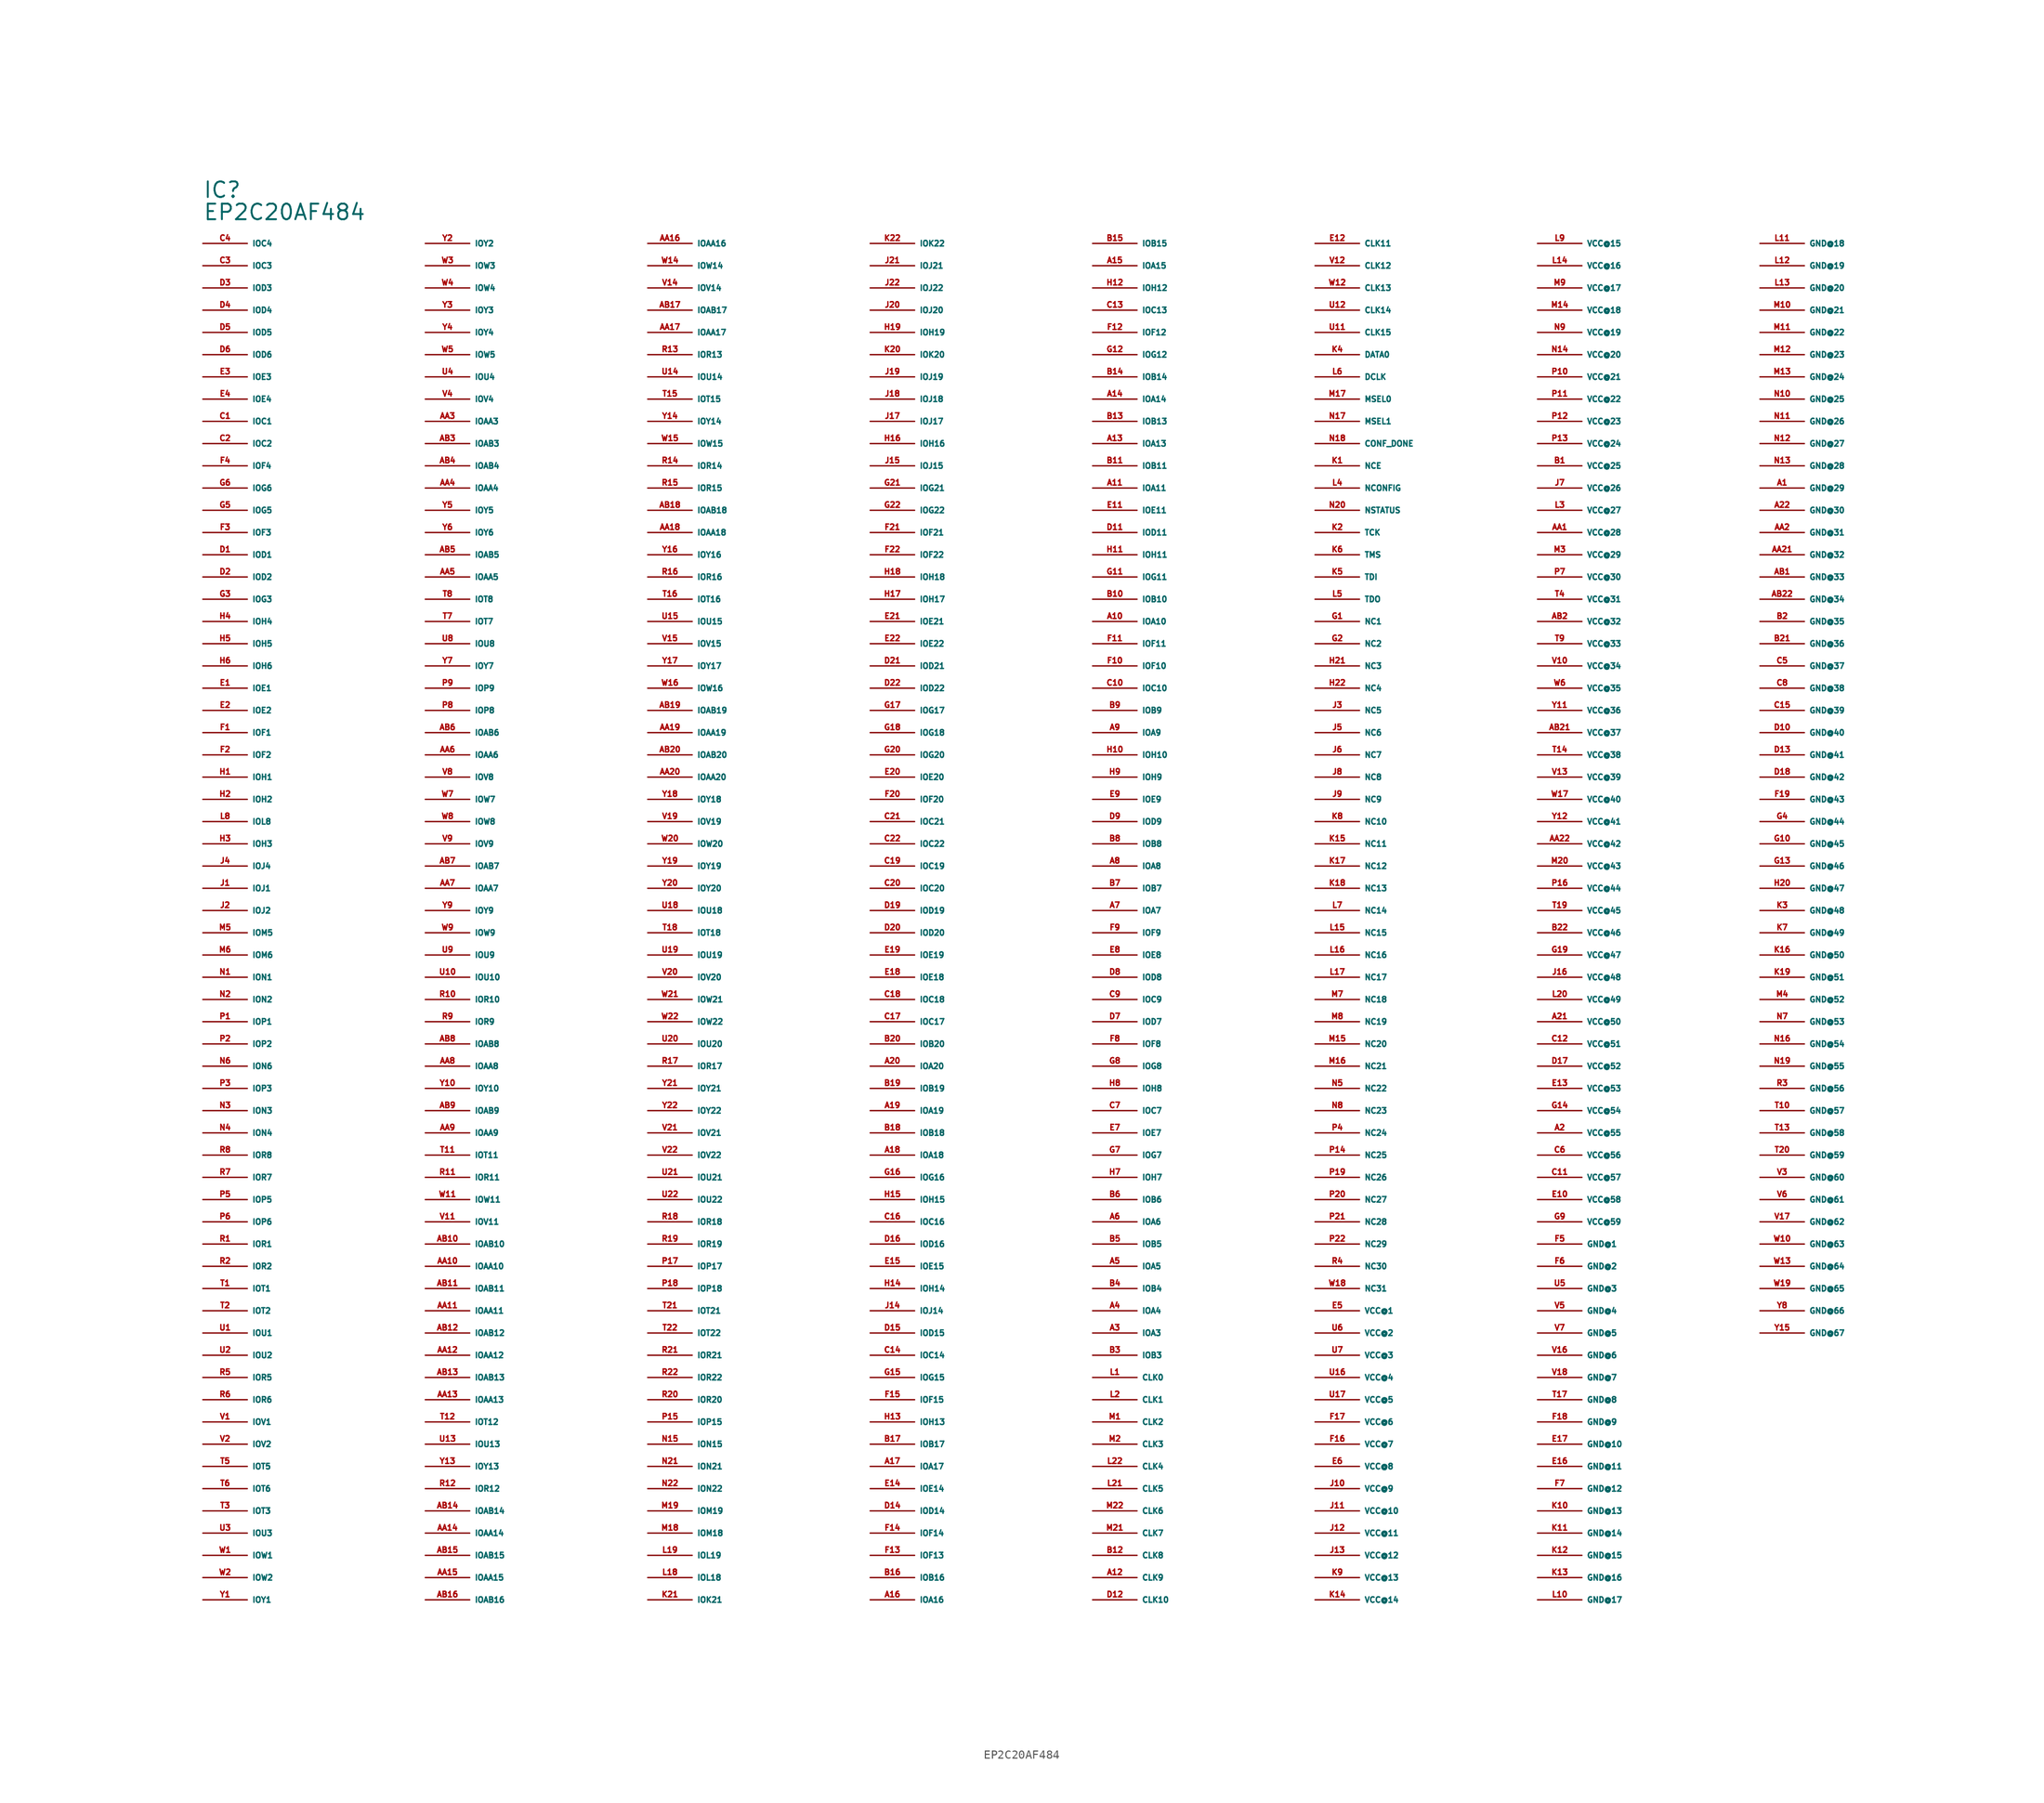
<source format=kicad_sym>
(kicad_symbol_lib
  (version 20220914)
  (generator Eagle2Kicad)
  (symbol "EP2C20AF484"
    (property "Reference" "IC"
      (at -81.28 86.36 0)
      (effects (font (size 1.778 1.778) (thickness 0.22)) (justify left bottom)))
    (property "Value" "EP2C20AF484"
      (at -81.28 83.82 0)
      (effects (font (size 1.778 1.778) (thickness 0.22)) (justify left bottom)))
    (pin output line
      (at -81.28 81.28 0)
      (length 5.08)
      (name "IOC4" (effects (font (size 0.635 0.635) (thickness 0.08)) (justify left bottom)))
      (number "C4" (effects (font (size 0.635 0.635) (thickness 0.08)) (justify left bottom))))
    (pin output line
      (at -81.28 78.74 0)
      (length 5.08)
      (name "IOC3" (effects (font (size 0.635 0.635) (thickness 0.08)) (justify left bottom)))
      (number "C3" (effects (font (size 0.635 0.635) (thickness 0.08)) (justify left bottom))))
    (pin bidirectional line
      (at -81.28 76.2 0)
      (length 5.08)
      (name "IOD3" (effects (font (size 0.635 0.635) (thickness 0.08)) (justify left bottom)))
      (number "D3" (effects (font (size 0.635 0.635) (thickness 0.08)) (justify left bottom))))
    (pin bidirectional line
      (at -81.28 73.66 0)
      (length 5.08)
      (name "IOD4" (effects (font (size 0.635 0.635) (thickness 0.08)) (justify left bottom)))
      (number "D4" (effects (font (size 0.635 0.635) (thickness 0.08)) (justify left bottom))))
    (pin bidirectional line
      (at -81.28 71.12 0)
      (length 5.08)
      (name "IOD5" (effects (font (size 0.635 0.635) (thickness 0.08)) (justify left bottom)))
      (number "D5" (effects (font (size 0.635 0.635) (thickness 0.08)) (justify left bottom))))
    (pin bidirectional line
      (at -81.28 68.58 0)
      (length 5.08)
      (name "IOD6" (effects (font (size 0.635 0.635) (thickness 0.08)) (justify left bottom)))
      (number "D6" (effects (font (size 0.635 0.635) (thickness 0.08)) (justify left bottom))))
    (pin bidirectional line
      (at -81.28 66.04 0)
      (length 5.08)
      (name "IOE3" (effects (font (size 0.635 0.635) (thickness 0.08)) (justify left bottom)))
      (number "E3" (effects (font (size 0.635 0.635) (thickness 0.08)) (justify left bottom))))
    (pin bidirectional line
      (at -81.28 63.5 0)
      (length 5.08)
      (name "IOE4" (effects (font (size 0.635 0.635) (thickness 0.08)) (justify left bottom)))
      (number "E4" (effects (font (size 0.635 0.635) (thickness 0.08)) (justify left bottom))))
    (pin bidirectional line
      (at -81.28 60.96 0)
      (length 5.08)
      (name "IOC1" (effects (font (size 0.635 0.635) (thickness 0.08)) (justify left bottom)))
      (number "C1" (effects (font (size 0.635 0.635) (thickness 0.08)) (justify left bottom))))
    (pin bidirectional line
      (at -81.28 58.42 0)
      (length 5.08)
      (name "IOC2" (effects (font (size 0.635 0.635) (thickness 0.08)) (justify left bottom)))
      (number "C2" (effects (font (size 0.635 0.635) (thickness 0.08)) (justify left bottom))))
    (pin bidirectional line
      (at -81.28 55.88 0)
      (length 5.08)
      (name "IOF4" (effects (font (size 0.635 0.635) (thickness 0.08)) (justify left bottom)))
      (number "F4" (effects (font (size 0.635 0.635) (thickness 0.08)) (justify left bottom))))
    (pin bidirectional line
      (at -81.28 53.34 0)
      (length 5.08)
      (name "IOG6" (effects (font (size 0.635 0.635) (thickness 0.08)) (justify left bottom)))
      (number "G6" (effects (font (size 0.635 0.635) (thickness 0.08)) (justify left bottom))))
    (pin bidirectional line
      (at -81.28 50.8 0)
      (length 5.08)
      (name "IOG5" (effects (font (size 0.635 0.635) (thickness 0.08)) (justify left bottom)))
      (number "G5" (effects (font (size 0.635 0.635) (thickness 0.08)) (justify left bottom))))
    (pin bidirectional line
      (at -81.28 48.26 0)
      (length 5.08)
      (name "IOF3" (effects (font (size 0.635 0.635) (thickness 0.08)) (justify left bottom)))
      (number "F3" (effects (font (size 0.635 0.635) (thickness 0.08)) (justify left bottom))))
    (pin bidirectional line
      (at -81.28 45.72 0)
      (length 5.08)
      (name "IOD1" (effects (font (size 0.635 0.635) (thickness 0.08)) (justify left bottom)))
      (number "D1" (effects (font (size 0.635 0.635) (thickness 0.08)) (justify left bottom))))
    (pin bidirectional line
      (at -81.28 43.18 0)
      (length 5.08)
      (name "IOD2" (effects (font (size 0.635 0.635) (thickness 0.08)) (justify left bottom)))
      (number "D2" (effects (font (size 0.635 0.635) (thickness 0.08)) (justify left bottom))))
    (pin bidirectional line
      (at -81.28 40.64 0)
      (length 5.08)
      (name "IOG3" (effects (font (size 0.635 0.635) (thickness 0.08)) (justify left bottom)))
      (number "G3" (effects (font (size 0.635 0.635) (thickness 0.08)) (justify left bottom))))
    (pin bidirectional line
      (at -81.28 38.1 0)
      (length 5.08)
      (name "IOH4" (effects (font (size 0.635 0.635) (thickness 0.08)) (justify left bottom)))
      (number "H4" (effects (font (size 0.635 0.635) (thickness 0.08)) (justify left bottom))))
    (pin bidirectional line
      (at -81.28 35.56 0)
      (length 5.08)
      (name "IOH5" (effects (font (size 0.635 0.635) (thickness 0.08)) (justify left bottom)))
      (number "H5" (effects (font (size 0.635 0.635) (thickness 0.08)) (justify left bottom))))
    (pin bidirectional line
      (at -81.28 33.02 0)
      (length 5.08)
      (name "IOH6" (effects (font (size 0.635 0.635) (thickness 0.08)) (justify left bottom)))
      (number "H6" (effects (font (size 0.635 0.635) (thickness 0.08)) (justify left bottom))))
    (pin bidirectional line
      (at -81.28 30.48 0)
      (length 5.08)
      (name "IOE1" (effects (font (size 0.635 0.635) (thickness 0.08)) (justify left bottom)))
      (number "E1" (effects (font (size 0.635 0.635) (thickness 0.08)) (justify left bottom))))
    (pin bidirectional line
      (at -81.28 27.94 0)
      (length 5.08)
      (name "IOE2" (effects (font (size 0.635 0.635) (thickness 0.08)) (justify left bottom)))
      (number "E2" (effects (font (size 0.635 0.635) (thickness 0.08)) (justify left bottom))))
    (pin bidirectional line
      (at -81.28 25.4 0)
      (length 5.08)
      (name "IOF1" (effects (font (size 0.635 0.635) (thickness 0.08)) (justify left bottom)))
      (number "F1" (effects (font (size 0.635 0.635) (thickness 0.08)) (justify left bottom))))
    (pin bidirectional line
      (at -81.28 22.86 0)
      (length 5.08)
      (name "IOF2" (effects (font (size 0.635 0.635) (thickness 0.08)) (justify left bottom)))
      (number "F2" (effects (font (size 0.635 0.635) (thickness 0.08)) (justify left bottom))))
    (pin bidirectional line
      (at -81.28 20.32 0)
      (length 5.08)
      (name "IOH1" (effects (font (size 0.635 0.635) (thickness 0.08)) (justify left bottom)))
      (number "H1" (effects (font (size 0.635 0.635) (thickness 0.08)) (justify left bottom))))
    (pin bidirectional line
      (at -81.28 17.78 0)
      (length 5.08)
      (name "IOH2" (effects (font (size 0.635 0.635) (thickness 0.08)) (justify left bottom)))
      (number "H2" (effects (font (size 0.635 0.635) (thickness 0.08)) (justify left bottom))))
    (pin bidirectional line
      (at -81.28 15.24 0)
      (length 5.08)
      (name "IOL8" (effects (font (size 0.635 0.635) (thickness 0.08)) (justify left bottom)))
      (number "L8" (effects (font (size 0.635 0.635) (thickness 0.08)) (justify left bottom))))
    (pin bidirectional line
      (at -81.28 12.7 0)
      (length 5.08)
      (name "IOH3" (effects (font (size 0.635 0.635) (thickness 0.08)) (justify left bottom)))
      (number "H3" (effects (font (size 0.635 0.635) (thickness 0.08)) (justify left bottom))))
    (pin bidirectional line
      (at -81.28 10.16 0)
      (length 5.08)
      (name "IOJ4" (effects (font (size 0.635 0.635) (thickness 0.08)) (justify left bottom)))
      (number "J4" (effects (font (size 0.635 0.635) (thickness 0.08)) (justify left bottom))))
    (pin bidirectional line
      (at -81.28 7.62 0)
      (length 5.08)
      (name "IOJ1" (effects (font (size 0.635 0.635) (thickness 0.08)) (justify left bottom)))
      (number "J1" (effects (font (size 0.635 0.635) (thickness 0.08)) (justify left bottom))))
    (pin bidirectional line
      (at -81.28 5.08 0)
      (length 5.08)
      (name "IOJ2" (effects (font (size 0.635 0.635) (thickness 0.08)) (justify left bottom)))
      (number "J2" (effects (font (size 0.635 0.635) (thickness 0.08)) (justify left bottom))))
    (pin bidirectional line
      (at -81.28 2.54 0)
      (length 5.08)
      (name "IOM5" (effects (font (size 0.635 0.635) (thickness 0.08)) (justify left bottom)))
      (number "M5" (effects (font (size 0.635 0.635) (thickness 0.08)) (justify left bottom))))
    (pin bidirectional line
      (at -81.28 0 0)
      (length 5.08)
      (name "IOM6" (effects (font (size 0.635 0.635) (thickness 0.08)) (justify left bottom)))
      (number "M6" (effects (font (size 0.635 0.635) (thickness 0.08)) (justify left bottom))))
    (pin bidirectional line
      (at -81.28 -2.54 0)
      (length 5.08)
      (name "ION1" (effects (font (size 0.635 0.635) (thickness 0.08)) (justify left bottom)))
      (number "N1" (effects (font (size 0.635 0.635) (thickness 0.08)) (justify left bottom))))
    (pin bidirectional line
      (at -81.28 -5.08 0)
      (length 5.08)
      (name "ION2" (effects (font (size 0.635 0.635) (thickness 0.08)) (justify left bottom)))
      (number "N2" (effects (font (size 0.635 0.635) (thickness 0.08)) (justify left bottom))))
    (pin bidirectional line
      (at -81.28 -7.62 0)
      (length 5.08)
      (name "IOP1" (effects (font (size 0.635 0.635) (thickness 0.08)) (justify left bottom)))
      (number "P1" (effects (font (size 0.635 0.635) (thickness 0.08)) (justify left bottom))))
    (pin bidirectional line
      (at -81.28 -10.16 0)
      (length 5.08)
      (name "IOP2" (effects (font (size 0.635 0.635) (thickness 0.08)) (justify left bottom)))
      (number "P2" (effects (font (size 0.635 0.635) (thickness 0.08)) (justify left bottom))))
    (pin bidirectional line
      (at -81.28 -12.7 0)
      (length 5.08)
      (name "ION6" (effects (font (size 0.635 0.635) (thickness 0.08)) (justify left bottom)))
      (number "N6" (effects (font (size 0.635 0.635) (thickness 0.08)) (justify left bottom))))
    (pin bidirectional line
      (at -81.28 -15.24 0)
      (length 5.08)
      (name "IOP3" (effects (font (size 0.635 0.635) (thickness 0.08)) (justify left bottom)))
      (number "P3" (effects (font (size 0.635 0.635) (thickness 0.08)) (justify left bottom))))
    (pin bidirectional line
      (at -81.28 -17.78 0)
      (length 5.08)
      (name "ION3" (effects (font (size 0.635 0.635) (thickness 0.08)) (justify left bottom)))
      (number "N3" (effects (font (size 0.635 0.635) (thickness 0.08)) (justify left bottom))))
    (pin bidirectional line
      (at -81.28 -20.32 0)
      (length 5.08)
      (name "ION4" (effects (font (size 0.635 0.635) (thickness 0.08)) (justify left bottom)))
      (number "N4" (effects (font (size 0.635 0.635) (thickness 0.08)) (justify left bottom))))
    (pin bidirectional line
      (at -81.28 -22.86 0)
      (length 5.08)
      (name "IOR8" (effects (font (size 0.635 0.635) (thickness 0.08)) (justify left bottom)))
      (number "R8" (effects (font (size 0.635 0.635) (thickness 0.08)) (justify left bottom))))
    (pin bidirectional line
      (at -81.28 -25.4 0)
      (length 5.08)
      (name "IOR7" (effects (font (size 0.635 0.635) (thickness 0.08)) (justify left bottom)))
      (number "R7" (effects (font (size 0.635 0.635) (thickness 0.08)) (justify left bottom))))
    (pin bidirectional line
      (at -81.28 -27.94 0)
      (length 5.08)
      (name "IOP5" (effects (font (size 0.635 0.635) (thickness 0.08)) (justify left bottom)))
      (number "P5" (effects (font (size 0.635 0.635) (thickness 0.08)) (justify left bottom))))
    (pin bidirectional line
      (at -81.28 -30.48 0)
      (length 5.08)
      (name "IOP6" (effects (font (size 0.635 0.635) (thickness 0.08)) (justify left bottom)))
      (number "P6" (effects (font (size 0.635 0.635) (thickness 0.08)) (justify left bottom))))
    (pin bidirectional line
      (at -81.28 -33.02 0)
      (length 5.08)
      (name "IOR1" (effects (font (size 0.635 0.635) (thickness 0.08)) (justify left bottom)))
      (number "R1" (effects (font (size 0.635 0.635) (thickness 0.08)) (justify left bottom))))
    (pin bidirectional line
      (at -81.28 -35.56 0)
      (length 5.08)
      (name "IOR2" (effects (font (size 0.635 0.635) (thickness 0.08)) (justify left bottom)))
      (number "R2" (effects (font (size 0.635 0.635) (thickness 0.08)) (justify left bottom))))
    (pin bidirectional line
      (at -81.28 -38.1 0)
      (length 5.08)
      (name "IOT1" (effects (font (size 0.635 0.635) (thickness 0.08)) (justify left bottom)))
      (number "T1" (effects (font (size 0.635 0.635) (thickness 0.08)) (justify left bottom))))
    (pin bidirectional line
      (at -81.28 -40.64 0)
      (length 5.08)
      (name "IOT2" (effects (font (size 0.635 0.635) (thickness 0.08)) (justify left bottom)))
      (number "T2" (effects (font (size 0.635 0.635) (thickness 0.08)) (justify left bottom))))
    (pin bidirectional line
      (at -81.28 -43.18 0)
      (length 5.08)
      (name "IOU1" (effects (font (size 0.635 0.635) (thickness 0.08)) (justify left bottom)))
      (number "U1" (effects (font (size 0.635 0.635) (thickness 0.08)) (justify left bottom))))
    (pin bidirectional line
      (at -81.28 -45.72 0)
      (length 5.08)
      (name "IOU2" (effects (font (size 0.635 0.635) (thickness 0.08)) (justify left bottom)))
      (number "U2" (effects (font (size 0.635 0.635) (thickness 0.08)) (justify left bottom))))
    (pin bidirectional line
      (at -81.28 -48.26 0)
      (length 5.08)
      (name "IOR5" (effects (font (size 0.635 0.635) (thickness 0.08)) (justify left bottom)))
      (number "R5" (effects (font (size 0.635 0.635) (thickness 0.08)) (justify left bottom))))
    (pin bidirectional line
      (at -81.28 -50.8 0)
      (length 5.08)
      (name "IOR6" (effects (font (size 0.635 0.635) (thickness 0.08)) (justify left bottom)))
      (number "R6" (effects (font (size 0.635 0.635) (thickness 0.08)) (justify left bottom))))
    (pin bidirectional line
      (at -81.28 -53.34 0)
      (length 5.08)
      (name "IOV1" (effects (font (size 0.635 0.635) (thickness 0.08)) (justify left bottom)))
      (number "V1" (effects (font (size 0.635 0.635) (thickness 0.08)) (justify left bottom))))
    (pin bidirectional line
      (at -81.28 -55.88 0)
      (length 5.08)
      (name "IOV2" (effects (font (size 0.635 0.635) (thickness 0.08)) (justify left bottom)))
      (number "V2" (effects (font (size 0.635 0.635) (thickness 0.08)) (justify left bottom))))
    (pin bidirectional line
      (at -81.28 -58.42 0)
      (length 5.08)
      (name "IOT5" (effects (font (size 0.635 0.635) (thickness 0.08)) (justify left bottom)))
      (number "T5" (effects (font (size 0.635 0.635) (thickness 0.08)) (justify left bottom))))
    (pin bidirectional line
      (at -81.28 -60.96 0)
      (length 5.08)
      (name "IOT6" (effects (font (size 0.635 0.635) (thickness 0.08)) (justify left bottom)))
      (number "T6" (effects (font (size 0.635 0.635) (thickness 0.08)) (justify left bottom))))
    (pin bidirectional line
      (at -81.28 -63.5 0)
      (length 5.08)
      (name "IOT3" (effects (font (size 0.635 0.635) (thickness 0.08)) (justify left bottom)))
      (number "T3" (effects (font (size 0.635 0.635) (thickness 0.08)) (justify left bottom))))
    (pin bidirectional line
      (at -81.28 -66.04 0)
      (length 5.08)
      (name "IOU3" (effects (font (size 0.635 0.635) (thickness 0.08)) (justify left bottom)))
      (number "U3" (effects (font (size 0.635 0.635) (thickness 0.08)) (justify left bottom))))
    (pin bidirectional line
      (at -81.28 -68.58 0)
      (length 5.08)
      (name "IOW1" (effects (font (size 0.635 0.635) (thickness 0.08)) (justify left bottom)))
      (number "W1" (effects (font (size 0.635 0.635) (thickness 0.08)) (justify left bottom))))
    (pin bidirectional line
      (at -81.28 -71.12 0)
      (length 5.08)
      (name "IOW2" (effects (font (size 0.635 0.635) (thickness 0.08)) (justify left bottom)))
      (number "W2" (effects (font (size 0.635 0.635) (thickness 0.08)) (justify left bottom))))
    (pin bidirectional line
      (at -81.28 -73.66 0)
      (length 5.08)
      (name "IOY1" (effects (font (size 0.635 0.635) (thickness 0.08)) (justify left bottom)))
      (number "Y1" (effects (font (size 0.635 0.635) (thickness 0.08)) (justify left bottom))))
    (pin bidirectional line
      (at -55.88 81.28 0)
      (length 5.08)
      (name "IOY2" (effects (font (size 0.635 0.635) (thickness 0.08)) (justify left bottom)))
      (number "Y2" (effects (font (size 0.635 0.635) (thickness 0.08)) (justify left bottom))))
    (pin bidirectional line
      (at -55.88 78.74 0)
      (length 5.08)
      (name "IOW3" (effects (font (size 0.635 0.635) (thickness 0.08)) (justify left bottom)))
      (number "W3" (effects (font (size 0.635 0.635) (thickness 0.08)) (justify left bottom))))
    (pin bidirectional line
      (at -55.88 76.2 0)
      (length 5.08)
      (name "IOW4" (effects (font (size 0.635 0.635) (thickness 0.08)) (justify left bottom)))
      (number "W4" (effects (font (size 0.635 0.635) (thickness 0.08)) (justify left bottom))))
    (pin bidirectional line
      (at -55.88 73.66 0)
      (length 5.08)
      (name "IOY3" (effects (font (size 0.635 0.635) (thickness 0.08)) (justify left bottom)))
      (number "Y3" (effects (font (size 0.635 0.635) (thickness 0.08)) (justify left bottom))))
    (pin bidirectional line
      (at -55.88 71.12 0)
      (length 5.08)
      (name "IOY4" (effects (font (size 0.635 0.635) (thickness 0.08)) (justify left bottom)))
      (number "Y4" (effects (font (size 0.635 0.635) (thickness 0.08)) (justify left bottom))))
    (pin bidirectional line
      (at -55.88 68.58 0)
      (length 5.08)
      (name "IOW5" (effects (font (size 0.635 0.635) (thickness 0.08)) (justify left bottom)))
      (number "W5" (effects (font (size 0.635 0.635) (thickness 0.08)) (justify left bottom))))
    (pin bidirectional line
      (at -55.88 66.04 0)
      (length 5.08)
      (name "IOU4" (effects (font (size 0.635 0.635) (thickness 0.08)) (justify left bottom)))
      (number "U4" (effects (font (size 0.635 0.635) (thickness 0.08)) (justify left bottom))))
    (pin bidirectional line
      (at -55.88 63.5 0)
      (length 5.08)
      (name "IOV4" (effects (font (size 0.635 0.635) (thickness 0.08)) (justify left bottom)))
      (number "V4" (effects (font (size 0.635 0.635) (thickness 0.08)) (justify left bottom))))
    (pin bidirectional line
      (at -55.88 60.96 0)
      (length 5.08)
      (name "IOAA3" (effects (font (size 0.635 0.635) (thickness 0.08)) (justify left bottom)))
      (number "AA3" (effects (font (size 0.635 0.635) (thickness 0.08)) (justify left bottom))))
    (pin bidirectional line
      (at -55.88 58.42 0)
      (length 5.08)
      (name "IOAB3" (effects (font (size 0.635 0.635) (thickness 0.08)) (justify left bottom)))
      (number "AB3" (effects (font (size 0.635 0.635) (thickness 0.08)) (justify left bottom))))
    (pin bidirectional line
      (at -55.88 55.88 0)
      (length 5.08)
      (name "IOAB4" (effects (font (size 0.635 0.635) (thickness 0.08)) (justify left bottom)))
      (number "AB4" (effects (font (size 0.635 0.635) (thickness 0.08)) (justify left bottom))))
    (pin bidirectional line
      (at -55.88 53.34 0)
      (length 5.08)
      (name "IOAA4" (effects (font (size 0.635 0.635) (thickness 0.08)) (justify left bottom)))
      (number "AA4" (effects (font (size 0.635 0.635) (thickness 0.08)) (justify left bottom))))
    (pin bidirectional line
      (at -55.88 50.8 0)
      (length 5.08)
      (name "IOY5" (effects (font (size 0.635 0.635) (thickness 0.08)) (justify left bottom)))
      (number "Y5" (effects (font (size 0.635 0.635) (thickness 0.08)) (justify left bottom))))
    (pin bidirectional line
      (at -55.88 48.26 0)
      (length 5.08)
      (name "IOY6" (effects (font (size 0.635 0.635) (thickness 0.08)) (justify left bottom)))
      (number "Y6" (effects (font (size 0.635 0.635) (thickness 0.08)) (justify left bottom))))
    (pin bidirectional line
      (at -55.88 45.72 0)
      (length 5.08)
      (name "IOAB5" (effects (font (size 0.635 0.635) (thickness 0.08)) (justify left bottom)))
      (number "AB5" (effects (font (size 0.635 0.635) (thickness 0.08)) (justify left bottom))))
    (pin bidirectional line
      (at -55.88 43.18 0)
      (length 5.08)
      (name "IOAA5" (effects (font (size 0.635 0.635) (thickness 0.08)) (justify left bottom)))
      (number "AA5" (effects (font (size 0.635 0.635) (thickness 0.08)) (justify left bottom))))
    (pin bidirectional line
      (at -55.88 40.64 0)
      (length 5.08)
      (name "IOT8" (effects (font (size 0.635 0.635) (thickness 0.08)) (justify left bottom)))
      (number "T8" (effects (font (size 0.635 0.635) (thickness 0.08)) (justify left bottom))))
    (pin bidirectional line
      (at -55.88 38.1 0)
      (length 5.08)
      (name "IOT7" (effects (font (size 0.635 0.635) (thickness 0.08)) (justify left bottom)))
      (number "T7" (effects (font (size 0.635 0.635) (thickness 0.08)) (justify left bottom))))
    (pin bidirectional line
      (at -55.88 35.56 0)
      (length 5.08)
      (name "IOU8" (effects (font (size 0.635 0.635) (thickness 0.08)) (justify left bottom)))
      (number "U8" (effects (font (size 0.635 0.635) (thickness 0.08)) (justify left bottom))))
    (pin bidirectional line
      (at -55.88 33.02 0)
      (length 5.08)
      (name "IOY7" (effects (font (size 0.635 0.635) (thickness 0.08)) (justify left bottom)))
      (number "Y7" (effects (font (size 0.635 0.635) (thickness 0.08)) (justify left bottom))))
    (pin bidirectional line
      (at -55.88 30.48 0)
      (length 5.08)
      (name "IOP9" (effects (font (size 0.635 0.635) (thickness 0.08)) (justify left bottom)))
      (number "P9" (effects (font (size 0.635 0.635) (thickness 0.08)) (justify left bottom))))
    (pin bidirectional line
      (at -55.88 27.94 0)
      (length 5.08)
      (name "IOP8" (effects (font (size 0.635 0.635) (thickness 0.08)) (justify left bottom)))
      (number "P8" (effects (font (size 0.635 0.635) (thickness 0.08)) (justify left bottom))))
    (pin bidirectional line
      (at -55.88 25.4 0)
      (length 5.08)
      (name "IOAB6" (effects (font (size 0.635 0.635) (thickness 0.08)) (justify left bottom)))
      (number "AB6" (effects (font (size 0.635 0.635) (thickness 0.08)) (justify left bottom))))
    (pin bidirectional line
      (at -55.88 22.86 0)
      (length 5.08)
      (name "IOAA6" (effects (font (size 0.635 0.635) (thickness 0.08)) (justify left bottom)))
      (number "AA6" (effects (font (size 0.635 0.635) (thickness 0.08)) (justify left bottom))))
    (pin bidirectional line
      (at -55.88 20.32 0)
      (length 5.08)
      (name "IOV8" (effects (font (size 0.635 0.635) (thickness 0.08)) (justify left bottom)))
      (number "V8" (effects (font (size 0.635 0.635) (thickness 0.08)) (justify left bottom))))
    (pin bidirectional line
      (at -55.88 17.78 0)
      (length 5.08)
      (name "IOW7" (effects (font (size 0.635 0.635) (thickness 0.08)) (justify left bottom)))
      (number "W7" (effects (font (size 0.635 0.635) (thickness 0.08)) (justify left bottom))))
    (pin bidirectional line
      (at -55.88 15.24 0)
      (length 5.08)
      (name "IOW8" (effects (font (size 0.635 0.635) (thickness 0.08)) (justify left bottom)))
      (number "W8" (effects (font (size 0.635 0.635) (thickness 0.08)) (justify left bottom))))
    (pin bidirectional line
      (at -55.88 12.7 0)
      (length 5.08)
      (name "IOV9" (effects (font (size 0.635 0.635) (thickness 0.08)) (justify left bottom)))
      (number "V9" (effects (font (size 0.635 0.635) (thickness 0.08)) (justify left bottom))))
    (pin bidirectional line
      (at -55.88 10.16 0)
      (length 5.08)
      (name "IOAB7" (effects (font (size 0.635 0.635) (thickness 0.08)) (justify left bottom)))
      (number "AB7" (effects (font (size 0.635 0.635) (thickness 0.08)) (justify left bottom))))
    (pin bidirectional line
      (at -55.88 7.62 0)
      (length 5.08)
      (name "IOAA7" (effects (font (size 0.635 0.635) (thickness 0.08)) (justify left bottom)))
      (number "AA7" (effects (font (size 0.635 0.635) (thickness 0.08)) (justify left bottom))))
    (pin bidirectional line
      (at -55.88 5.08 0)
      (length 5.08)
      (name "IOY9" (effects (font (size 0.635 0.635) (thickness 0.08)) (justify left bottom)))
      (number "Y9" (effects (font (size 0.635 0.635) (thickness 0.08)) (justify left bottom))))
    (pin bidirectional line
      (at -55.88 2.54 0)
      (length 5.08)
      (name "IOW9" (effects (font (size 0.635 0.635) (thickness 0.08)) (justify left bottom)))
      (number "W9" (effects (font (size 0.635 0.635) (thickness 0.08)) (justify left bottom))))
    (pin bidirectional line
      (at -55.88 0 0)
      (length 5.08)
      (name "IOU9" (effects (font (size 0.635 0.635) (thickness 0.08)) (justify left bottom)))
      (number "U9" (effects (font (size 0.635 0.635) (thickness 0.08)) (justify left bottom))))
    (pin bidirectional line
      (at -55.88 -2.54 0)
      (length 5.08)
      (name "IOU10" (effects (font (size 0.635 0.635) (thickness 0.08)) (justify left bottom)))
      (number "U10" (effects (font (size 0.635 0.635) (thickness 0.08)) (justify left bottom))))
    (pin bidirectional line
      (at -55.88 -5.08 0)
      (length 5.08)
      (name "IOR10" (effects (font (size 0.635 0.635) (thickness 0.08)) (justify left bottom)))
      (number "R10" (effects (font (size 0.635 0.635) (thickness 0.08)) (justify left bottom))))
    (pin bidirectional line
      (at -55.88 -7.62 0)
      (length 5.08)
      (name "IOR9" (effects (font (size 0.635 0.635) (thickness 0.08)) (justify left bottom)))
      (number "R9" (effects (font (size 0.635 0.635) (thickness 0.08)) (justify left bottom))))
    (pin bidirectional line
      (at -55.88 -10.16 0)
      (length 5.08)
      (name "IOAB8" (effects (font (size 0.635 0.635) (thickness 0.08)) (justify left bottom)))
      (number "AB8" (effects (font (size 0.635 0.635) (thickness 0.08)) (justify left bottom))))
    (pin bidirectional line
      (at -55.88 -12.7 0)
      (length 5.08)
      (name "IOAA8" (effects (font (size 0.635 0.635) (thickness 0.08)) (justify left bottom)))
      (number "AA8" (effects (font (size 0.635 0.635) (thickness 0.08)) (justify left bottom))))
    (pin bidirectional line
      (at -55.88 -15.24 0)
      (length 5.08)
      (name "IOY10" (effects (font (size 0.635 0.635) (thickness 0.08)) (justify left bottom)))
      (number "Y10" (effects (font (size 0.635 0.635) (thickness 0.08)) (justify left bottom))))
    (pin bidirectional line
      (at -55.88 -17.78 0)
      (length 5.08)
      (name "IOAB9" (effects (font (size 0.635 0.635) (thickness 0.08)) (justify left bottom)))
      (number "AB9" (effects (font (size 0.635 0.635) (thickness 0.08)) (justify left bottom))))
    (pin bidirectional line
      (at -55.88 -20.32 0)
      (length 5.08)
      (name "IOAA9" (effects (font (size 0.635 0.635) (thickness 0.08)) (justify left bottom)))
      (number "AA9" (effects (font (size 0.635 0.635) (thickness 0.08)) (justify left bottom))))
    (pin bidirectional line
      (at -55.88 -22.86 0)
      (length 5.08)
      (name "IOT11" (effects (font (size 0.635 0.635) (thickness 0.08)) (justify left bottom)))
      (number "T11" (effects (font (size 0.635 0.635) (thickness 0.08)) (justify left bottom))))
    (pin bidirectional line
      (at -55.88 -25.4 0)
      (length 5.08)
      (name "IOR11" (effects (font (size 0.635 0.635) (thickness 0.08)) (justify left bottom)))
      (number "R11" (effects (font (size 0.635 0.635) (thickness 0.08)) (justify left bottom))))
    (pin bidirectional line
      (at -55.88 -27.94 0)
      (length 5.08)
      (name "IOW11" (effects (font (size 0.635 0.635) (thickness 0.08)) (justify left bottom)))
      (number "W11" (effects (font (size 0.635 0.635) (thickness 0.08)) (justify left bottom))))
    (pin bidirectional line
      (at -55.88 -30.48 0)
      (length 5.08)
      (name "IOV11" (effects (font (size 0.635 0.635) (thickness 0.08)) (justify left bottom)))
      (number "V11" (effects (font (size 0.635 0.635) (thickness 0.08)) (justify left bottom))))
    (pin bidirectional line
      (at -55.88 -33.02 0)
      (length 5.08)
      (name "IOAB10" (effects (font (size 0.635 0.635) (thickness 0.08)) (justify left bottom)))
      (number "AB10" (effects (font (size 0.635 0.635) (thickness 0.08)) (justify left bottom))))
    (pin bidirectional line
      (at -55.88 -35.56 0)
      (length 5.08)
      (name "IOAA10" (effects (font (size 0.635 0.635) (thickness 0.08)) (justify left bottom)))
      (number "AA10" (effects (font (size 0.635 0.635) (thickness 0.08)) (justify left bottom))))
    (pin bidirectional line
      (at -55.88 -38.1 0)
      (length 5.08)
      (name "IOAB11" (effects (font (size 0.635 0.635) (thickness 0.08)) (justify left bottom)))
      (number "AB11" (effects (font (size 0.635 0.635) (thickness 0.08)) (justify left bottom))))
    (pin bidirectional line
      (at -55.88 -40.64 0)
      (length 5.08)
      (name "IOAA11" (effects (font (size 0.635 0.635) (thickness 0.08)) (justify left bottom)))
      (number "AA11" (effects (font (size 0.635 0.635) (thickness 0.08)) (justify left bottom))))
    (pin bidirectional line
      (at -55.88 -43.18 0)
      (length 5.08)
      (name "IOAB12" (effects (font (size 0.635 0.635) (thickness 0.08)) (justify left bottom)))
      (number "AB12" (effects (font (size 0.635 0.635) (thickness 0.08)) (justify left bottom))))
    (pin bidirectional line
      (at -55.88 -45.72 0)
      (length 5.08)
      (name "IOAA12" (effects (font (size 0.635 0.635) (thickness 0.08)) (justify left bottom)))
      (number "AA12" (effects (font (size 0.635 0.635) (thickness 0.08)) (justify left bottom))))
    (pin bidirectional line
      (at -55.88 -48.26 0)
      (length 5.08)
      (name "IOAB13" (effects (font (size 0.635 0.635) (thickness 0.08)) (justify left bottom)))
      (number "AB13" (effects (font (size 0.635 0.635) (thickness 0.08)) (justify left bottom))))
    (pin bidirectional line
      (at -55.88 -50.8 0)
      (length 5.08)
      (name "IOAA13" (effects (font (size 0.635 0.635) (thickness 0.08)) (justify left bottom)))
      (number "AA13" (effects (font (size 0.635 0.635) (thickness 0.08)) (justify left bottom))))
    (pin bidirectional line
      (at -55.88 -53.34 0)
      (length 5.08)
      (name "IOT12" (effects (font (size 0.635 0.635) (thickness 0.08)) (justify left bottom)))
      (number "T12" (effects (font (size 0.635 0.635) (thickness 0.08)) (justify left bottom))))
    (pin bidirectional line
      (at -55.88 -55.88 0)
      (length 5.08)
      (name "IOU13" (effects (font (size 0.635 0.635) (thickness 0.08)) (justify left bottom)))
      (number "U13" (effects (font (size 0.635 0.635) (thickness 0.08)) (justify left bottom))))
    (pin bidirectional line
      (at -55.88 -58.42 0)
      (length 5.08)
      (name "IOY13" (effects (font (size 0.635 0.635) (thickness 0.08)) (justify left bottom)))
      (number "Y13" (effects (font (size 0.635 0.635) (thickness 0.08)) (justify left bottom))))
    (pin bidirectional line
      (at -55.88 -60.96 0)
      (length 5.08)
      (name "IOR12" (effects (font (size 0.635 0.635) (thickness 0.08)) (justify left bottom)))
      (number "R12" (effects (font (size 0.635 0.635) (thickness 0.08)) (justify left bottom))))
    (pin bidirectional line
      (at -55.88 -63.5 0)
      (length 5.08)
      (name "IOAB14" (effects (font (size 0.635 0.635) (thickness 0.08)) (justify left bottom)))
      (number "AB14" (effects (font (size 0.635 0.635) (thickness 0.08)) (justify left bottom))))
    (pin bidirectional line
      (at -55.88 -66.04 0)
      (length 5.08)
      (name "IOAA14" (effects (font (size 0.635 0.635) (thickness 0.08)) (justify left bottom)))
      (number "AA14" (effects (font (size 0.635 0.635) (thickness 0.08)) (justify left bottom))))
    (pin bidirectional line
      (at -55.88 -68.58 0)
      (length 5.08)
      (name "IOAB15" (effects (font (size 0.635 0.635) (thickness 0.08)) (justify left bottom)))
      (number "AB15" (effects (font (size 0.635 0.635) (thickness 0.08)) (justify left bottom))))
    (pin bidirectional line
      (at -55.88 -71.12 0)
      (length 5.08)
      (name "IOAA15" (effects (font (size 0.635 0.635) (thickness 0.08)) (justify left bottom)))
      (number "AA15" (effects (font (size 0.635 0.635) (thickness 0.08)) (justify left bottom))))
    (pin bidirectional line
      (at -55.88 -73.66 0)
      (length 5.08)
      (name "IOAB16" (effects (font (size 0.635 0.635) (thickness 0.08)) (justify left bottom)))
      (number "AB16" (effects (font (size 0.635 0.635) (thickness 0.08)) (justify left bottom))))
    (pin bidirectional line
      (at -30.48 81.28 0)
      (length 5.08)
      (name "IOAA16" (effects (font (size 0.635 0.635) (thickness 0.08)) (justify left bottom)))
      (number "AA16" (effects (font (size 0.635 0.635) (thickness 0.08)) (justify left bottom))))
    (pin bidirectional line
      (at -30.48 78.74 0)
      (length 5.08)
      (name "IOW14" (effects (font (size 0.635 0.635) (thickness 0.08)) (justify left bottom)))
      (number "W14" (effects (font (size 0.635 0.635) (thickness 0.08)) (justify left bottom))))
    (pin bidirectional line
      (at -30.48 76.2 0)
      (length 5.08)
      (name "IOV14" (effects (font (size 0.635 0.635) (thickness 0.08)) (justify left bottom)))
      (number "V14" (effects (font (size 0.635 0.635) (thickness 0.08)) (justify left bottom))))
    (pin bidirectional line
      (at -30.48 73.66 0)
      (length 5.08)
      (name "IOAB17" (effects (font (size 0.635 0.635) (thickness 0.08)) (justify left bottom)))
      (number "AB17" (effects (font (size 0.635 0.635) (thickness 0.08)) (justify left bottom))))
    (pin bidirectional line
      (at -30.48 71.12 0)
      (length 5.08)
      (name "IOAA17" (effects (font (size 0.635 0.635) (thickness 0.08)) (justify left bottom)))
      (number "AA17" (effects (font (size 0.635 0.635) (thickness 0.08)) (justify left bottom))))
    (pin bidirectional line
      (at -30.48 68.58 0)
      (length 5.08)
      (name "IOR13" (effects (font (size 0.635 0.635) (thickness 0.08)) (justify left bottom)))
      (number "R13" (effects (font (size 0.635 0.635) (thickness 0.08)) (justify left bottom))))
    (pin bidirectional line
      (at -30.48 66.04 0)
      (length 5.08)
      (name "IOU14" (effects (font (size 0.635 0.635) (thickness 0.08)) (justify left bottom)))
      (number "U14" (effects (font (size 0.635 0.635) (thickness 0.08)) (justify left bottom))))
    (pin bidirectional line
      (at -30.48 63.5 0)
      (length 5.08)
      (name "IOT15" (effects (font (size 0.635 0.635) (thickness 0.08)) (justify left bottom)))
      (number "T15" (effects (font (size 0.635 0.635) (thickness 0.08)) (justify left bottom))))
    (pin bidirectional line
      (at -30.48 60.96 0)
      (length 5.08)
      (name "IOY14" (effects (font (size 0.635 0.635) (thickness 0.08)) (justify left bottom)))
      (number "Y14" (effects (font (size 0.635 0.635) (thickness 0.08)) (justify left bottom))))
    (pin bidirectional line
      (at -30.48 58.42 0)
      (length 5.08)
      (name "IOW15" (effects (font (size 0.635 0.635) (thickness 0.08)) (justify left bottom)))
      (number "W15" (effects (font (size 0.635 0.635) (thickness 0.08)) (justify left bottom))))
    (pin bidirectional line
      (at -30.48 55.88 0)
      (length 5.08)
      (name "IOR14" (effects (font (size 0.635 0.635) (thickness 0.08)) (justify left bottom)))
      (number "R14" (effects (font (size 0.635 0.635) (thickness 0.08)) (justify left bottom))))
    (pin bidirectional line
      (at -30.48 53.34 0)
      (length 5.08)
      (name "IOR15" (effects (font (size 0.635 0.635) (thickness 0.08)) (justify left bottom)))
      (number "R15" (effects (font (size 0.635 0.635) (thickness 0.08)) (justify left bottom))))
    (pin bidirectional line
      (at -30.48 50.8 0)
      (length 5.08)
      (name "IOAB18" (effects (font (size 0.635 0.635) (thickness 0.08)) (justify left bottom)))
      (number "AB18" (effects (font (size 0.635 0.635) (thickness 0.08)) (justify left bottom))))
    (pin bidirectional line
      (at -30.48 48.26 0)
      (length 5.08)
      (name "IOAA18" (effects (font (size 0.635 0.635) (thickness 0.08)) (justify left bottom)))
      (number "AA18" (effects (font (size 0.635 0.635) (thickness 0.08)) (justify left bottom))))
    (pin bidirectional line
      (at -30.48 45.72 0)
      (length 5.08)
      (name "IOY16" (effects (font (size 0.635 0.635) (thickness 0.08)) (justify left bottom)))
      (number "Y16" (effects (font (size 0.635 0.635) (thickness 0.08)) (justify left bottom))))
    (pin bidirectional line
      (at -30.48 43.18 0)
      (length 5.08)
      (name "IOR16" (effects (font (size 0.635 0.635) (thickness 0.08)) (justify left bottom)))
      (number "R16" (effects (font (size 0.635 0.635) (thickness 0.08)) (justify left bottom))))
    (pin bidirectional line
      (at -30.48 40.64 0)
      (length 5.08)
      (name "IOT16" (effects (font (size 0.635 0.635) (thickness 0.08)) (justify left bottom)))
      (number "T16" (effects (font (size 0.635 0.635) (thickness 0.08)) (justify left bottom))))
    (pin bidirectional line
      (at -30.48 38.1 0)
      (length 5.08)
      (name "IOU15" (effects (font (size 0.635 0.635) (thickness 0.08)) (justify left bottom)))
      (number "U15" (effects (font (size 0.635 0.635) (thickness 0.08)) (justify left bottom))))
    (pin bidirectional line
      (at -30.48 35.56 0)
      (length 5.08)
      (name "IOV15" (effects (font (size 0.635 0.635) (thickness 0.08)) (justify left bottom)))
      (number "V15" (effects (font (size 0.635 0.635) (thickness 0.08)) (justify left bottom))))
    (pin bidirectional line
      (at -30.48 33.02 0)
      (length 5.08)
      (name "IOY17" (effects (font (size 0.635 0.635) (thickness 0.08)) (justify left bottom)))
      (number "Y17" (effects (font (size 0.635 0.635) (thickness 0.08)) (justify left bottom))))
    (pin bidirectional line
      (at -30.48 30.48 0)
      (length 5.08)
      (name "IOW16" (effects (font (size 0.635 0.635) (thickness 0.08)) (justify left bottom)))
      (number "W16" (effects (font (size 0.635 0.635) (thickness 0.08)) (justify left bottom))))
    (pin bidirectional line
      (at -30.48 27.94 0)
      (length 5.08)
      (name "IOAB19" (effects (font (size 0.635 0.635) (thickness 0.08)) (justify left bottom)))
      (number "AB19" (effects (font (size 0.635 0.635) (thickness 0.08)) (justify left bottom))))
    (pin bidirectional line
      (at -30.48 25.4 0)
      (length 5.08)
      (name "IOAA19" (effects (font (size 0.635 0.635) (thickness 0.08)) (justify left bottom)))
      (number "AA19" (effects (font (size 0.635 0.635) (thickness 0.08)) (justify left bottom))))
    (pin bidirectional line
      (at -30.48 22.86 0)
      (length 5.08)
      (name "IOAB20" (effects (font (size 0.635 0.635) (thickness 0.08)) (justify left bottom)))
      (number "AB20" (effects (font (size 0.635 0.635) (thickness 0.08)) (justify left bottom))))
    (pin bidirectional line
      (at -30.48 20.32 0)
      (length 5.08)
      (name "IOAA20" (effects (font (size 0.635 0.635) (thickness 0.08)) (justify left bottom)))
      (number "AA20" (effects (font (size 0.635 0.635) (thickness 0.08)) (justify left bottom))))
    (pin bidirectional line
      (at -30.48 17.78 0)
      (length 5.08)
      (name "IOY18" (effects (font (size 0.635 0.635) (thickness 0.08)) (justify left bottom)))
      (number "Y18" (effects (font (size 0.635 0.635) (thickness 0.08)) (justify left bottom))))
    (pin bidirectional line
      (at -30.48 15.24 0)
      (length 5.08)
      (name "IOV19" (effects (font (size 0.635 0.635) (thickness 0.08)) (justify left bottom)))
      (number "V19" (effects (font (size 0.635 0.635) (thickness 0.08)) (justify left bottom))))
    (pin bidirectional line
      (at -30.48 12.7 0)
      (length 5.08)
      (name "IOW20" (effects (font (size 0.635 0.635) (thickness 0.08)) (justify left bottom)))
      (number "W20" (effects (font (size 0.635 0.635) (thickness 0.08)) (justify left bottom))))
    (pin bidirectional line
      (at -30.48 10.16 0)
      (length 5.08)
      (name "IOY19" (effects (font (size 0.635 0.635) (thickness 0.08)) (justify left bottom)))
      (number "Y19" (effects (font (size 0.635 0.635) (thickness 0.08)) (justify left bottom))))
    (pin bidirectional line
      (at -30.48 7.62 0)
      (length 5.08)
      (name "IOY20" (effects (font (size 0.635 0.635) (thickness 0.08)) (justify left bottom)))
      (number "Y20" (effects (font (size 0.635 0.635) (thickness 0.08)) (justify left bottom))))
    (pin bidirectional line
      (at -30.48 5.08 0)
      (length 5.08)
      (name "IOU18" (effects (font (size 0.635 0.635) (thickness 0.08)) (justify left bottom)))
      (number "U18" (effects (font (size 0.635 0.635) (thickness 0.08)) (justify left bottom))))
    (pin bidirectional line
      (at -30.48 2.54 0)
      (length 5.08)
      (name "IOT18" (effects (font (size 0.635 0.635) (thickness 0.08)) (justify left bottom)))
      (number "T18" (effects (font (size 0.635 0.635) (thickness 0.08)) (justify left bottom))))
    (pin bidirectional line
      (at -30.48 0 0)
      (length 5.08)
      (name "IOU19" (effects (font (size 0.635 0.635) (thickness 0.08)) (justify left bottom)))
      (number "U19" (effects (font (size 0.635 0.635) (thickness 0.08)) (justify left bottom))))
    (pin bidirectional line
      (at -30.48 -2.54 0)
      (length 5.08)
      (name "IOV20" (effects (font (size 0.635 0.635) (thickness 0.08)) (justify left bottom)))
      (number "V20" (effects (font (size 0.635 0.635) (thickness 0.08)) (justify left bottom))))
    (pin bidirectional line
      (at -30.48 -5.08 0)
      (length 5.08)
      (name "IOW21" (effects (font (size 0.635 0.635) (thickness 0.08)) (justify left bottom)))
      (number "W21" (effects (font (size 0.635 0.635) (thickness 0.08)) (justify left bottom))))
    (pin bidirectional line
      (at -30.48 -7.62 0)
      (length 5.08)
      (name "IOW22" (effects (font (size 0.635 0.635) (thickness 0.08)) (justify left bottom)))
      (number "W22" (effects (font (size 0.635 0.635) (thickness 0.08)) (justify left bottom))))
    (pin bidirectional line
      (at -30.48 -10.16 0)
      (length 5.08)
      (name "IOU20" (effects (font (size 0.635 0.635) (thickness 0.08)) (justify left bottom)))
      (number "U20" (effects (font (size 0.635 0.635) (thickness 0.08)) (justify left bottom))))
    (pin bidirectional line
      (at -30.48 -12.7 0)
      (length 5.08)
      (name "IOR17" (effects (font (size 0.635 0.635) (thickness 0.08)) (justify left bottom)))
      (number "R17" (effects (font (size 0.635 0.635) (thickness 0.08)) (justify left bottom))))
    (pin bidirectional line
      (at -30.48 -15.24 0)
      (length 5.08)
      (name "IOY21" (effects (font (size 0.635 0.635) (thickness 0.08)) (justify left bottom)))
      (number "Y21" (effects (font (size 0.635 0.635) (thickness 0.08)) (justify left bottom))))
    (pin bidirectional line
      (at -30.48 -17.78 0)
      (length 5.08)
      (name "IOY22" (effects (font (size 0.635 0.635) (thickness 0.08)) (justify left bottom)))
      (number "Y22" (effects (font (size 0.635 0.635) (thickness 0.08)) (justify left bottom))))
    (pin bidirectional line
      (at -30.48 -20.32 0)
      (length 5.08)
      (name "IOV21" (effects (font (size 0.635 0.635) (thickness 0.08)) (justify left bottom)))
      (number "V21" (effects (font (size 0.635 0.635) (thickness 0.08)) (justify left bottom))))
    (pin bidirectional line
      (at -30.48 -22.86 0)
      (length 5.08)
      (name "IOV22" (effects (font (size 0.635 0.635) (thickness 0.08)) (justify left bottom)))
      (number "V22" (effects (font (size 0.635 0.635) (thickness 0.08)) (justify left bottom))))
    (pin bidirectional line
      (at -30.48 -25.4 0)
      (length 5.08)
      (name "IOU21" (effects (font (size 0.635 0.635) (thickness 0.08)) (justify left bottom)))
      (number "U21" (effects (font (size 0.635 0.635) (thickness 0.08)) (justify left bottom))))
    (pin bidirectional line
      (at -30.48 -27.94 0)
      (length 5.08)
      (name "IOU22" (effects (font (size 0.635 0.635) (thickness 0.08)) (justify left bottom)))
      (number "U22" (effects (font (size 0.635 0.635) (thickness 0.08)) (justify left bottom))))
    (pin bidirectional line
      (at -30.48 -30.48 0)
      (length 5.08)
      (name "IOR18" (effects (font (size 0.635 0.635) (thickness 0.08)) (justify left bottom)))
      (number "R18" (effects (font (size 0.635 0.635) (thickness 0.08)) (justify left bottom))))
    (pin bidirectional line
      (at -30.48 -33.02 0)
      (length 5.08)
      (name "IOR19" (effects (font (size 0.635 0.635) (thickness 0.08)) (justify left bottom)))
      (number "R19" (effects (font (size 0.635 0.635) (thickness 0.08)) (justify left bottom))))
    (pin bidirectional line
      (at -30.48 -35.56 0)
      (length 5.08)
      (name "IOP17" (effects (font (size 0.635 0.635) (thickness 0.08)) (justify left bottom)))
      (number "P17" (effects (font (size 0.635 0.635) (thickness 0.08)) (justify left bottom))))
    (pin bidirectional line
      (at -30.48 -38.1 0)
      (length 5.08)
      (name "IOP18" (effects (font (size 0.635 0.635) (thickness 0.08)) (justify left bottom)))
      (number "P18" (effects (font (size 0.635 0.635) (thickness 0.08)) (justify left bottom))))
    (pin bidirectional line
      (at -30.48 -40.64 0)
      (length 5.08)
      (name "IOT21" (effects (font (size 0.635 0.635) (thickness 0.08)) (justify left bottom)))
      (number "T21" (effects (font (size 0.635 0.635) (thickness 0.08)) (justify left bottom))))
    (pin bidirectional line
      (at -30.48 -43.18 0)
      (length 5.08)
      (name "IOT22" (effects (font (size 0.635 0.635) (thickness 0.08)) (justify left bottom)))
      (number "T22" (effects (font (size 0.635 0.635) (thickness 0.08)) (justify left bottom))))
    (pin bidirectional line
      (at -30.48 -45.72 0)
      (length 5.08)
      (name "IOR21" (effects (font (size 0.635 0.635) (thickness 0.08)) (justify left bottom)))
      (number "R21" (effects (font (size 0.635 0.635) (thickness 0.08)) (justify left bottom))))
    (pin bidirectional line
      (at -30.48 -48.26 0)
      (length 5.08)
      (name "IOR22" (effects (font (size 0.635 0.635) (thickness 0.08)) (justify left bottom)))
      (number "R22" (effects (font (size 0.635 0.635) (thickness 0.08)) (justify left bottom))))
    (pin bidirectional line
      (at -30.48 -50.8 0)
      (length 5.08)
      (name "IOR20" (effects (font (size 0.635 0.635) (thickness 0.08)) (justify left bottom)))
      (number "R20" (effects (font (size 0.635 0.635) (thickness 0.08)) (justify left bottom))))
    (pin bidirectional line
      (at -30.48 -53.34 0)
      (length 5.08)
      (name "IOP15" (effects (font (size 0.635 0.635) (thickness 0.08)) (justify left bottom)))
      (number "P15" (effects (font (size 0.635 0.635) (thickness 0.08)) (justify left bottom))))
    (pin bidirectional line
      (at -30.48 -55.88 0)
      (length 5.08)
      (name "ION15" (effects (font (size 0.635 0.635) (thickness 0.08)) (justify left bottom)))
      (number "N15" (effects (font (size 0.635 0.635) (thickness 0.08)) (justify left bottom))))
    (pin bidirectional line
      (at -30.48 -58.42 0)
      (length 5.08)
      (name "ION21" (effects (font (size 0.635 0.635) (thickness 0.08)) (justify left bottom)))
      (number "N21" (effects (font (size 0.635 0.635) (thickness 0.08)) (justify left bottom))))
    (pin bidirectional line
      (at -30.48 -60.96 0)
      (length 5.08)
      (name "ION22" (effects (font (size 0.635 0.635) (thickness 0.08)) (justify left bottom)))
      (number "N22" (effects (font (size 0.635 0.635) (thickness 0.08)) (justify left bottom))))
    (pin bidirectional line
      (at -30.48 -63.5 0)
      (length 5.08)
      (name "IOM19" (effects (font (size 0.635 0.635) (thickness 0.08)) (justify left bottom)))
      (number "M19" (effects (font (size 0.635 0.635) (thickness 0.08)) (justify left bottom))))
    (pin bidirectional line
      (at -30.48 -66.04 0)
      (length 5.08)
      (name "IOM18" (effects (font (size 0.635 0.635) (thickness 0.08)) (justify left bottom)))
      (number "M18" (effects (font (size 0.635 0.635) (thickness 0.08)) (justify left bottom))))
    (pin bidirectional line
      (at -30.48 -68.58 0)
      (length 5.08)
      (name "IOL19" (effects (font (size 0.635 0.635) (thickness 0.08)) (justify left bottom)))
      (number "L19" (effects (font (size 0.635 0.635) (thickness 0.08)) (justify left bottom))))
    (pin bidirectional line
      (at -30.48 -71.12 0)
      (length 5.08)
      (name "IOL18" (effects (font (size 0.635 0.635) (thickness 0.08)) (justify left bottom)))
      (number "L18" (effects (font (size 0.635 0.635) (thickness 0.08)) (justify left bottom))))
    (pin bidirectional line
      (at -30.48 -73.66 0)
      (length 5.08)
      (name "IOK21" (effects (font (size 0.635 0.635) (thickness 0.08)) (justify left bottom)))
      (number "K21" (effects (font (size 0.635 0.635) (thickness 0.08)) (justify left bottom))))
    (pin bidirectional line
      (at -5.08 81.28 0)
      (length 5.08)
      (name "IOK22" (effects (font (size 0.635 0.635) (thickness 0.08)) (justify left bottom)))
      (number "K22" (effects (font (size 0.635 0.635) (thickness 0.08)) (justify left bottom))))
    (pin bidirectional line
      (at -5.08 78.74 0)
      (length 5.08)
      (name "IOJ21" (effects (font (size 0.635 0.635) (thickness 0.08)) (justify left bottom)))
      (number "J21" (effects (font (size 0.635 0.635) (thickness 0.08)) (justify left bottom))))
    (pin bidirectional line
      (at -5.08 76.2 0)
      (length 5.08)
      (name "IOJ22" (effects (font (size 0.635 0.635) (thickness 0.08)) (justify left bottom)))
      (number "J22" (effects (font (size 0.635 0.635) (thickness 0.08)) (justify left bottom))))
    (pin bidirectional line
      (at -5.08 73.66 0)
      (length 5.08)
      (name "IOJ20" (effects (font (size 0.635 0.635) (thickness 0.08)) (justify left bottom)))
      (number "J20" (effects (font (size 0.635 0.635) (thickness 0.08)) (justify left bottom))))
    (pin bidirectional line
      (at -5.08 71.12 0)
      (length 5.08)
      (name "IOH19" (effects (font (size 0.635 0.635) (thickness 0.08)) (justify left bottom)))
      (number "H19" (effects (font (size 0.635 0.635) (thickness 0.08)) (justify left bottom))))
    (pin bidirectional line
      (at -5.08 68.58 0)
      (length 5.08)
      (name "IOK20" (effects (font (size 0.635 0.635) (thickness 0.08)) (justify left bottom)))
      (number "K20" (effects (font (size 0.635 0.635) (thickness 0.08)) (justify left bottom))))
    (pin bidirectional line
      (at -5.08 66.04 0)
      (length 5.08)
      (name "IOJ19" (effects (font (size 0.635 0.635) (thickness 0.08)) (justify left bottom)))
      (number "J19" (effects (font (size 0.635 0.635) (thickness 0.08)) (justify left bottom))))
    (pin bidirectional line
      (at -5.08 63.5 0)
      (length 5.08)
      (name "IOJ18" (effects (font (size 0.635 0.635) (thickness 0.08)) (justify left bottom)))
      (number "J18" (effects (font (size 0.635 0.635) (thickness 0.08)) (justify left bottom))))
    (pin bidirectional line
      (at -5.08 60.96 0)
      (length 5.08)
      (name "IOJ17" (effects (font (size 0.635 0.635) (thickness 0.08)) (justify left bottom)))
      (number "J17" (effects (font (size 0.635 0.635) (thickness 0.08)) (justify left bottom))))
    (pin bidirectional line
      (at -5.08 58.42 0)
      (length 5.08)
      (name "IOH16" (effects (font (size 0.635 0.635) (thickness 0.08)) (justify left bottom)))
      (number "H16" (effects (font (size 0.635 0.635) (thickness 0.08)) (justify left bottom))))
    (pin bidirectional line
      (at -5.08 55.88 0)
      (length 5.08)
      (name "IOJ15" (effects (font (size 0.635 0.635) (thickness 0.08)) (justify left bottom)))
      (number "J15" (effects (font (size 0.635 0.635) (thickness 0.08)) (justify left bottom))))
    (pin bidirectional line
      (at -5.08 53.34 0)
      (length 5.08)
      (name "IOG21" (effects (font (size 0.635 0.635) (thickness 0.08)) (justify left bottom)))
      (number "G21" (effects (font (size 0.635 0.635) (thickness 0.08)) (justify left bottom))))
    (pin bidirectional line
      (at -5.08 50.8 0)
      (length 5.08)
      (name "IOG22" (effects (font (size 0.635 0.635) (thickness 0.08)) (justify left bottom)))
      (number "G22" (effects (font (size 0.635 0.635) (thickness 0.08)) (justify left bottom))))
    (pin bidirectional line
      (at -5.08 48.26 0)
      (length 5.08)
      (name "IOF21" (effects (font (size 0.635 0.635) (thickness 0.08)) (justify left bottom)))
      (number "F21" (effects (font (size 0.635 0.635) (thickness 0.08)) (justify left bottom))))
    (pin bidirectional line
      (at -5.08 45.72 0)
      (length 5.08)
      (name "IOF22" (effects (font (size 0.635 0.635) (thickness 0.08)) (justify left bottom)))
      (number "F22" (effects (font (size 0.635 0.635) (thickness 0.08)) (justify left bottom))))
    (pin bidirectional line
      (at -5.08 43.18 0)
      (length 5.08)
      (name "IOH18" (effects (font (size 0.635 0.635) (thickness 0.08)) (justify left bottom)))
      (number "H18" (effects (font (size 0.635 0.635) (thickness 0.08)) (justify left bottom))))
    (pin bidirectional line
      (at -5.08 40.64 0)
      (length 5.08)
      (name "IOH17" (effects (font (size 0.635 0.635) (thickness 0.08)) (justify left bottom)))
      (number "H17" (effects (font (size 0.635 0.635) (thickness 0.08)) (justify left bottom))))
    (pin bidirectional line
      (at -5.08 38.1 0)
      (length 5.08)
      (name "IOE21" (effects (font (size 0.635 0.635) (thickness 0.08)) (justify left bottom)))
      (number "E21" (effects (font (size 0.635 0.635) (thickness 0.08)) (justify left bottom))))
    (pin bidirectional line
      (at -5.08 35.56 0)
      (length 5.08)
      (name "IOE22" (effects (font (size 0.635 0.635) (thickness 0.08)) (justify left bottom)))
      (number "E22" (effects (font (size 0.635 0.635) (thickness 0.08)) (justify left bottom))))
    (pin bidirectional line
      (at -5.08 33.02 0)
      (length 5.08)
      (name "IOD21" (effects (font (size 0.635 0.635) (thickness 0.08)) (justify left bottom)))
      (number "D21" (effects (font (size 0.635 0.635) (thickness 0.08)) (justify left bottom))))
    (pin bidirectional line
      (at -5.08 30.48 0)
      (length 5.08)
      (name "IOD22" (effects (font (size 0.635 0.635) (thickness 0.08)) (justify left bottom)))
      (number "D22" (effects (font (size 0.635 0.635) (thickness 0.08)) (justify left bottom))))
    (pin bidirectional line
      (at -5.08 27.94 0)
      (length 5.08)
      (name "IOG17" (effects (font (size 0.635 0.635) (thickness 0.08)) (justify left bottom)))
      (number "G17" (effects (font (size 0.635 0.635) (thickness 0.08)) (justify left bottom))))
    (pin bidirectional line
      (at -5.08 25.4 0)
      (length 5.08)
      (name "IOG18" (effects (font (size 0.635 0.635) (thickness 0.08)) (justify left bottom)))
      (number "G18" (effects (font (size 0.635 0.635) (thickness 0.08)) (justify left bottom))))
    (pin bidirectional line
      (at -5.08 22.86 0)
      (length 5.08)
      (name "IOG20" (effects (font (size 0.635 0.635) (thickness 0.08)) (justify left bottom)))
      (number "G20" (effects (font (size 0.635 0.635) (thickness 0.08)) (justify left bottom))))
    (pin bidirectional line
      (at -5.08 20.32 0)
      (length 5.08)
      (name "IOE20" (effects (font (size 0.635 0.635) (thickness 0.08)) (justify left bottom)))
      (number "E20" (effects (font (size 0.635 0.635) (thickness 0.08)) (justify left bottom))))
    (pin bidirectional line
      (at -5.08 17.78 0)
      (length 5.08)
      (name "IOF20" (effects (font (size 0.635 0.635) (thickness 0.08)) (justify left bottom)))
      (number "F20" (effects (font (size 0.635 0.635) (thickness 0.08)) (justify left bottom))))
    (pin bidirectional line
      (at -5.08 15.24 0)
      (length 5.08)
      (name "IOC21" (effects (font (size 0.635 0.635) (thickness 0.08)) (justify left bottom)))
      (number "C21" (effects (font (size 0.635 0.635) (thickness 0.08)) (justify left bottom))))
    (pin bidirectional line
      (at -5.08 12.7 0)
      (length 5.08)
      (name "IOC22" (effects (font (size 0.635 0.635) (thickness 0.08)) (justify left bottom)))
      (number "C22" (effects (font (size 0.635 0.635) (thickness 0.08)) (justify left bottom))))
    (pin bidirectional line
      (at -5.08 10.16 0)
      (length 5.08)
      (name "IOC19" (effects (font (size 0.635 0.635) (thickness 0.08)) (justify left bottom)))
      (number "C19" (effects (font (size 0.635 0.635) (thickness 0.08)) (justify left bottom))))
    (pin bidirectional line
      (at -5.08 7.62 0)
      (length 5.08)
      (name "IOC20" (effects (font (size 0.635 0.635) (thickness 0.08)) (justify left bottom)))
      (number "C20" (effects (font (size 0.635 0.635) (thickness 0.08)) (justify left bottom))))
    (pin bidirectional line
      (at -5.08 5.08 0)
      (length 5.08)
      (name "IOD19" (effects (font (size 0.635 0.635) (thickness 0.08)) (justify left bottom)))
      (number "D19" (effects (font (size 0.635 0.635) (thickness 0.08)) (justify left bottom))))
    (pin bidirectional line
      (at -5.08 2.54 0)
      (length 5.08)
      (name "IOD20" (effects (font (size 0.635 0.635) (thickness 0.08)) (justify left bottom)))
      (number "D20" (effects (font (size 0.635 0.635) (thickness 0.08)) (justify left bottom))))
    (pin bidirectional line
      (at -5.08 0 0)
      (length 5.08)
      (name "IOE19" (effects (font (size 0.635 0.635) (thickness 0.08)) (justify left bottom)))
      (number "E19" (effects (font (size 0.635 0.635) (thickness 0.08)) (justify left bottom))))
    (pin bidirectional line
      (at -5.08 -2.54 0)
      (length 5.08)
      (name "IOE18" (effects (font (size 0.635 0.635) (thickness 0.08)) (justify left bottom)))
      (number "E18" (effects (font (size 0.635 0.635) (thickness 0.08)) (justify left bottom))))
    (pin bidirectional line
      (at -5.08 -5.08 0)
      (length 5.08)
      (name "IOC18" (effects (font (size 0.635 0.635) (thickness 0.08)) (justify left bottom)))
      (number "C18" (effects (font (size 0.635 0.635) (thickness 0.08)) (justify left bottom))))
    (pin bidirectional line
      (at -5.08 -7.62 0)
      (length 5.08)
      (name "IOC17" (effects (font (size 0.635 0.635) (thickness 0.08)) (justify left bottom)))
      (number "C17" (effects (font (size 0.635 0.635) (thickness 0.08)) (justify left bottom))))
    (pin bidirectional line
      (at -5.08 -10.16 0)
      (length 5.08)
      (name "IOB20" (effects (font (size 0.635 0.635) (thickness 0.08)) (justify left bottom)))
      (number "B20" (effects (font (size 0.635 0.635) (thickness 0.08)) (justify left bottom))))
    (pin bidirectional line
      (at -5.08 -12.7 0)
      (length 5.08)
      (name "IOA20" (effects (font (size 0.635 0.635) (thickness 0.08)) (justify left bottom)))
      (number "A20" (effects (font (size 0.635 0.635) (thickness 0.08)) (justify left bottom))))
    (pin bidirectional line
      (at -5.08 -15.24 0)
      (length 5.08)
      (name "IOB19" (effects (font (size 0.635 0.635) (thickness 0.08)) (justify left bottom)))
      (number "B19" (effects (font (size 0.635 0.635) (thickness 0.08)) (justify left bottom))))
    (pin bidirectional line
      (at -5.08 -17.78 0)
      (length 5.08)
      (name "IOA19" (effects (font (size 0.635 0.635) (thickness 0.08)) (justify left bottom)))
      (number "A19" (effects (font (size 0.635 0.635) (thickness 0.08)) (justify left bottom))))
    (pin bidirectional line
      (at -5.08 -20.32 0)
      (length 5.08)
      (name "IOB18" (effects (font (size 0.635 0.635) (thickness 0.08)) (justify left bottom)))
      (number "B18" (effects (font (size 0.635 0.635) (thickness 0.08)) (justify left bottom))))
    (pin bidirectional line
      (at -5.08 -22.86 0)
      (length 5.08)
      (name "IOA18" (effects (font (size 0.635 0.635) (thickness 0.08)) (justify left bottom)))
      (number "A18" (effects (font (size 0.635 0.635) (thickness 0.08)) (justify left bottom))))
    (pin bidirectional line
      (at -5.08 -25.4 0)
      (length 5.08)
      (name "IOG16" (effects (font (size 0.635 0.635) (thickness 0.08)) (justify left bottom)))
      (number "G16" (effects (font (size 0.635 0.635) (thickness 0.08)) (justify left bottom))))
    (pin bidirectional line
      (at -5.08 -27.94 0)
      (length 5.08)
      (name "IOH15" (effects (font (size 0.635 0.635) (thickness 0.08)) (justify left bottom)))
      (number "H15" (effects (font (size 0.635 0.635) (thickness 0.08)) (justify left bottom))))
    (pin bidirectional line
      (at -5.08 -30.48 0)
      (length 5.08)
      (name "IOC16" (effects (font (size 0.635 0.635) (thickness 0.08)) (justify left bottom)))
      (number "C16" (effects (font (size 0.635 0.635) (thickness 0.08)) (justify left bottom))))
    (pin bidirectional line
      (at -5.08 -33.02 0)
      (length 5.08)
      (name "IOD16" (effects (font (size 0.635 0.635) (thickness 0.08)) (justify left bottom)))
      (number "D16" (effects (font (size 0.635 0.635) (thickness 0.08)) (justify left bottom))))
    (pin bidirectional line
      (at -5.08 -35.56 0)
      (length 5.08)
      (name "IOE15" (effects (font (size 0.635 0.635) (thickness 0.08)) (justify left bottom)))
      (number "E15" (effects (font (size 0.635 0.635) (thickness 0.08)) (justify left bottom))))
    (pin bidirectional line
      (at -5.08 -38.1 0)
      (length 5.08)
      (name "IOH14" (effects (font (size 0.635 0.635) (thickness 0.08)) (justify left bottom)))
      (number "H14" (effects (font (size 0.635 0.635) (thickness 0.08)) (justify left bottom))))
    (pin bidirectional line
      (at -5.08 -40.64 0)
      (length 5.08)
      (name "IOJ14" (effects (font (size 0.635 0.635) (thickness 0.08)) (justify left bottom)))
      (number "J14" (effects (font (size 0.635 0.635) (thickness 0.08)) (justify left bottom))))
    (pin bidirectional line
      (at -5.08 -43.18 0)
      (length 5.08)
      (name "IOD15" (effects (font (size 0.635 0.635) (thickness 0.08)) (justify left bottom)))
      (number "D15" (effects (font (size 0.635 0.635) (thickness 0.08)) (justify left bottom))))
    (pin bidirectional line
      (at -5.08 -45.72 0)
      (length 5.08)
      (name "IOC14" (effects (font (size 0.635 0.635) (thickness 0.08)) (justify left bottom)))
      (number "C14" (effects (font (size 0.635 0.635) (thickness 0.08)) (justify left bottom))))
    (pin bidirectional line
      (at -5.08 -48.26 0)
      (length 5.08)
      (name "IOG15" (effects (font (size 0.635 0.635) (thickness 0.08)) (justify left bottom)))
      (number "G15" (effects (font (size 0.635 0.635) (thickness 0.08)) (justify left bottom))))
    (pin bidirectional line
      (at -5.08 -50.8 0)
      (length 5.08)
      (name "IOF15" (effects (font (size 0.635 0.635) (thickness 0.08)) (justify left bottom)))
      (number "F15" (effects (font (size 0.635 0.635) (thickness 0.08)) (justify left bottom))))
    (pin bidirectional line
      (at -5.08 -53.34 0)
      (length 5.08)
      (name "IOH13" (effects (font (size 0.635 0.635) (thickness 0.08)) (justify left bottom)))
      (number "H13" (effects (font (size 0.635 0.635) (thickness 0.08)) (justify left bottom))))
    (pin bidirectional line
      (at -5.08 -55.88 0)
      (length 5.08)
      (name "IOB17" (effects (font (size 0.635 0.635) (thickness 0.08)) (justify left bottom)))
      (number "B17" (effects (font (size 0.635 0.635) (thickness 0.08)) (justify left bottom))))
    (pin bidirectional line
      (at -5.08 -58.42 0)
      (length 5.08)
      (name "IOA17" (effects (font (size 0.635 0.635) (thickness 0.08)) (justify left bottom)))
      (number "A17" (effects (font (size 0.635 0.635) (thickness 0.08)) (justify left bottom))))
    (pin bidirectional line
      (at -5.08 -60.96 0)
      (length 5.08)
      (name "IOE14" (effects (font (size 0.635 0.635) (thickness 0.08)) (justify left bottom)))
      (number "E14" (effects (font (size 0.635 0.635) (thickness 0.08)) (justify left bottom))))
    (pin bidirectional line
      (at -5.08 -63.5 0)
      (length 5.08)
      (name "IOD14" (effects (font (size 0.635 0.635) (thickness 0.08)) (justify left bottom)))
      (number "D14" (effects (font (size 0.635 0.635) (thickness 0.08)) (justify left bottom))))
    (pin bidirectional line
      (at -5.08 -66.04 0)
      (length 5.08)
      (name "IOF14" (effects (font (size 0.635 0.635) (thickness 0.08)) (justify left bottom)))
      (number "F14" (effects (font (size 0.635 0.635) (thickness 0.08)) (justify left bottom))))
    (pin bidirectional line
      (at -5.08 -68.58 0)
      (length 5.08)
      (name "IOF13" (effects (font (size 0.635 0.635) (thickness 0.08)) (justify left bottom)))
      (number "F13" (effects (font (size 0.635 0.635) (thickness 0.08)) (justify left bottom))))
    (pin bidirectional line
      (at -5.08 -71.12 0)
      (length 5.08)
      (name "IOB16" (effects (font (size 0.635 0.635) (thickness 0.08)) (justify left bottom)))
      (number "B16" (effects (font (size 0.635 0.635) (thickness 0.08)) (justify left bottom))))
    (pin bidirectional line
      (at -5.08 -73.66 0)
      (length 5.08)
      (name "IOA16" (effects (font (size 0.635 0.635) (thickness 0.08)) (justify left bottom)))
      (number "A16" (effects (font (size 0.635 0.635) (thickness 0.08)) (justify left bottom))))
    (pin bidirectional line
      (at 20.32 81.28 0)
      (length 5.08)
      (name "IOB15" (effects (font (size 0.635 0.635) (thickness 0.08)) (justify left bottom)))
      (number "B15" (effects (font (size 0.635 0.635) (thickness 0.08)) (justify left bottom))))
    (pin bidirectional line
      (at 20.32 78.74 0)
      (length 5.08)
      (name "IOA15" (effects (font (size 0.635 0.635) (thickness 0.08)) (justify left bottom)))
      (number "A15" (effects (font (size 0.635 0.635) (thickness 0.08)) (justify left bottom))))
    (pin bidirectional line
      (at 20.32 76.2 0)
      (length 5.08)
      (name "IOH12" (effects (font (size 0.635 0.635) (thickness 0.08)) (justify left bottom)))
      (number "H12" (effects (font (size 0.635 0.635) (thickness 0.08)) (justify left bottom))))
    (pin bidirectional line
      (at 20.32 73.66 0)
      (length 5.08)
      (name "IOC13" (effects (font (size 0.635 0.635) (thickness 0.08)) (justify left bottom)))
      (number "C13" (effects (font (size 0.635 0.635) (thickness 0.08)) (justify left bottom))))
    (pin bidirectional line
      (at 20.32 71.12 0)
      (length 5.08)
      (name "IOF12" (effects (font (size 0.635 0.635) (thickness 0.08)) (justify left bottom)))
      (number "F12" (effects (font (size 0.635 0.635) (thickness 0.08)) (justify left bottom))))
    (pin bidirectional line
      (at 20.32 68.58 0)
      (length 5.08)
      (name "IOG12" (effects (font (size 0.635 0.635) (thickness 0.08)) (justify left bottom)))
      (number "G12" (effects (font (size 0.635 0.635) (thickness 0.08)) (justify left bottom))))
    (pin bidirectional line
      (at 20.32 66.04 0)
      (length 5.08)
      (name "IOB14" (effects (font (size 0.635 0.635) (thickness 0.08)) (justify left bottom)))
      (number "B14" (effects (font (size 0.635 0.635) (thickness 0.08)) (justify left bottom))))
    (pin bidirectional line
      (at 20.32 63.5 0)
      (length 5.08)
      (name "IOA14" (effects (font (size 0.635 0.635) (thickness 0.08)) (justify left bottom)))
      (number "A14" (effects (font (size 0.635 0.635) (thickness 0.08)) (justify left bottom))))
    (pin bidirectional line
      (at 20.32 60.96 0)
      (length 5.08)
      (name "IOB13" (effects (font (size 0.635 0.635) (thickness 0.08)) (justify left bottom)))
      (number "B13" (effects (font (size 0.635 0.635) (thickness 0.08)) (justify left bottom))))
    (pin bidirectional line
      (at 20.32 58.42 0)
      (length 5.08)
      (name "IOA13" (effects (font (size 0.635 0.635) (thickness 0.08)) (justify left bottom)))
      (number "A13" (effects (font (size 0.635 0.635) (thickness 0.08)) (justify left bottom))))
    (pin bidirectional line
      (at 20.32 55.88 0)
      (length 5.08)
      (name "IOB11" (effects (font (size 0.635 0.635) (thickness 0.08)) (justify left bottom)))
      (number "B11" (effects (font (size 0.635 0.635) (thickness 0.08)) (justify left bottom))))
    (pin bidirectional line
      (at 20.32 53.34 0)
      (length 5.08)
      (name "IOA11" (effects (font (size 0.635 0.635) (thickness 0.08)) (justify left bottom)))
      (number "A11" (effects (font (size 0.635 0.635) (thickness 0.08)) (justify left bottom))))
    (pin bidirectional line
      (at 20.32 50.8 0)
      (length 5.08)
      (name "IOE11" (effects (font (size 0.635 0.635) (thickness 0.08)) (justify left bottom)))
      (number "E11" (effects (font (size 0.635 0.635) (thickness 0.08)) (justify left bottom))))
    (pin bidirectional line
      (at 20.32 48.26 0)
      (length 5.08)
      (name "IOD11" (effects (font (size 0.635 0.635) (thickness 0.08)) (justify left bottom)))
      (number "D11" (effects (font (size 0.635 0.635) (thickness 0.08)) (justify left bottom))))
    (pin bidirectional line
      (at 20.32 45.72 0)
      (length 5.08)
      (name "IOH11" (effects (font (size 0.635 0.635) (thickness 0.08)) (justify left bottom)))
      (number "H11" (effects (font (size 0.635 0.635) (thickness 0.08)) (justify left bottom))))
    (pin bidirectional line
      (at 20.32 43.18 0)
      (length 5.08)
      (name "IOG11" (effects (font (size 0.635 0.635) (thickness 0.08)) (justify left bottom)))
      (number "G11" (effects (font (size 0.635 0.635) (thickness 0.08)) (justify left bottom))))
    (pin bidirectional line
      (at 20.32 40.64 0)
      (length 5.08)
      (name "IOB10" (effects (font (size 0.635 0.635) (thickness 0.08)) (justify left bottom)))
      (number "B10" (effects (font (size 0.635 0.635) (thickness 0.08)) (justify left bottom))))
    (pin bidirectional line
      (at 20.32 38.1 0)
      (length 5.08)
      (name "IOA10" (effects (font (size 0.635 0.635) (thickness 0.08)) (justify left bottom)))
      (number "A10" (effects (font (size 0.635 0.635) (thickness 0.08)) (justify left bottom))))
    (pin bidirectional line
      (at 20.32 35.56 0)
      (length 5.08)
      (name "IOF11" (effects (font (size 0.635 0.635) (thickness 0.08)) (justify left bottom)))
      (number "F11" (effects (font (size 0.635 0.635) (thickness 0.08)) (justify left bottom))))
    (pin bidirectional line
      (at 20.32 33.02 0)
      (length 5.08)
      (name "IOF10" (effects (font (size 0.635 0.635) (thickness 0.08)) (justify left bottom)))
      (number "F10" (effects (font (size 0.635 0.635) (thickness 0.08)) (justify left bottom))))
    (pin bidirectional line
      (at 20.32 30.48 0)
      (length 5.08)
      (name "IOC10" (effects (font (size 0.635 0.635) (thickness 0.08)) (justify left bottom)))
      (number "C10" (effects (font (size 0.635 0.635) (thickness 0.08)) (justify left bottom))))
    (pin bidirectional line
      (at 20.32 27.94 0)
      (length 5.08)
      (name "IOB9" (effects (font (size 0.635 0.635) (thickness 0.08)) (justify left bottom)))
      (number "B9" (effects (font (size 0.635 0.635) (thickness 0.08)) (justify left bottom))))
    (pin bidirectional line
      (at 20.32 25.4 0)
      (length 5.08)
      (name "IOA9" (effects (font (size 0.635 0.635) (thickness 0.08)) (justify left bottom)))
      (number "A9" (effects (font (size 0.635 0.635) (thickness 0.08)) (justify left bottom))))
    (pin bidirectional line
      (at 20.32 22.86 0)
      (length 5.08)
      (name "IOH10" (effects (font (size 0.635 0.635) (thickness 0.08)) (justify left bottom)))
      (number "H10" (effects (font (size 0.635 0.635) (thickness 0.08)) (justify left bottom))))
    (pin bidirectional line
      (at 20.32 20.32 0)
      (length 5.08)
      (name "IOH9" (effects (font (size 0.635 0.635) (thickness 0.08)) (justify left bottom)))
      (number "H9" (effects (font (size 0.635 0.635) (thickness 0.08)) (justify left bottom))))
    (pin bidirectional line
      (at 20.32 17.78 0)
      (length 5.08)
      (name "IOE9" (effects (font (size 0.635 0.635) (thickness 0.08)) (justify left bottom)))
      (number "E9" (effects (font (size 0.635 0.635) (thickness 0.08)) (justify left bottom))))
    (pin bidirectional line
      (at 20.32 15.24 0)
      (length 5.08)
      (name "IOD9" (effects (font (size 0.635 0.635) (thickness 0.08)) (justify left bottom)))
      (number "D9" (effects (font (size 0.635 0.635) (thickness 0.08)) (justify left bottom))))
    (pin bidirectional line
      (at 20.32 12.7 0)
      (length 5.08)
      (name "IOB8" (effects (font (size 0.635 0.635) (thickness 0.08)) (justify left bottom)))
      (number "B8" (effects (font (size 0.635 0.635) (thickness 0.08)) (justify left bottom))))
    (pin bidirectional line
      (at 20.32 10.16 0)
      (length 5.08)
      (name "IOA8" (effects (font (size 0.635 0.635) (thickness 0.08)) (justify left bottom)))
      (number "A8" (effects (font (size 0.635 0.635) (thickness 0.08)) (justify left bottom))))
    (pin bidirectional line
      (at 20.32 7.62 0)
      (length 5.08)
      (name "IOB7" (effects (font (size 0.635 0.635) (thickness 0.08)) (justify left bottom)))
      (number "B7" (effects (font (size 0.635 0.635) (thickness 0.08)) (justify left bottom))))
    (pin bidirectional line
      (at 20.32 5.08 0)
      (length 5.08)
      (name "IOA7" (effects (font (size 0.635 0.635) (thickness 0.08)) (justify left bottom)))
      (number "A7" (effects (font (size 0.635 0.635) (thickness 0.08)) (justify left bottom))))
    (pin bidirectional line
      (at 20.32 2.54 0)
      (length 5.08)
      (name "IOF9" (effects (font (size 0.635 0.635) (thickness 0.08)) (justify left bottom)))
      (number "F9" (effects (font (size 0.635 0.635) (thickness 0.08)) (justify left bottom))))
    (pin bidirectional line
      (at 20.32 0 0)
      (length 5.08)
      (name "IOE8" (effects (font (size 0.635 0.635) (thickness 0.08)) (justify left bottom)))
      (number "E8" (effects (font (size 0.635 0.635) (thickness 0.08)) (justify left bottom))))
    (pin bidirectional line
      (at 20.32 -2.54 0)
      (length 5.08)
      (name "IOD8" (effects (font (size 0.635 0.635) (thickness 0.08)) (justify left bottom)))
      (number "D8" (effects (font (size 0.635 0.635) (thickness 0.08)) (justify left bottom))))
    (pin bidirectional line
      (at 20.32 -5.08 0)
      (length 5.08)
      (name "IOC9" (effects (font (size 0.635 0.635) (thickness 0.08)) (justify left bottom)))
      (number "C9" (effects (font (size 0.635 0.635) (thickness 0.08)) (justify left bottom))))
    (pin bidirectional line
      (at 20.32 -7.62 0)
      (length 5.08)
      (name "IOD7" (effects (font (size 0.635 0.635) (thickness 0.08)) (justify left bottom)))
      (number "D7" (effects (font (size 0.635 0.635) (thickness 0.08)) (justify left bottom))))
    (pin bidirectional line
      (at 20.32 -10.16 0)
      (length 5.08)
      (name "IOF8" (effects (font (size 0.635 0.635) (thickness 0.08)) (justify left bottom)))
      (number "F8" (effects (font (size 0.635 0.635) (thickness 0.08)) (justify left bottom))))
    (pin bidirectional line
      (at 20.32 -12.7 0)
      (length 5.08)
      (name "IOG8" (effects (font (size 0.635 0.635) (thickness 0.08)) (justify left bottom)))
      (number "G8" (effects (font (size 0.635 0.635) (thickness 0.08)) (justify left bottom))))
    (pin bidirectional line
      (at 20.32 -15.24 0)
      (length 5.08)
      (name "IOH8" (effects (font (size 0.635 0.635) (thickness 0.08)) (justify left bottom)))
      (number "H8" (effects (font (size 0.635 0.635) (thickness 0.08)) (justify left bottom))))
    (pin bidirectional line
      (at 20.32 -17.78 0)
      (length 5.08)
      (name "IOC7" (effects (font (size 0.635 0.635) (thickness 0.08)) (justify left bottom)))
      (number "C7" (effects (font (size 0.635 0.635) (thickness 0.08)) (justify left bottom))))
    (pin bidirectional line
      (at 20.32 -20.32 0)
      (length 5.08)
      (name "IOE7" (effects (font (size 0.635 0.635) (thickness 0.08)) (justify left bottom)))
      (number "E7" (effects (font (size 0.635 0.635) (thickness 0.08)) (justify left bottom))))
    (pin bidirectional line
      (at 20.32 -22.86 0)
      (length 5.08)
      (name "IOG7" (effects (font (size 0.635 0.635) (thickness 0.08)) (justify left bottom)))
      (number "G7" (effects (font (size 0.635 0.635) (thickness 0.08)) (justify left bottom))))
    (pin bidirectional line
      (at 20.32 -25.4 0)
      (length 5.08)
      (name "IOH7" (effects (font (size 0.635 0.635) (thickness 0.08)) (justify left bottom)))
      (number "H7" (effects (font (size 0.635 0.635) (thickness 0.08)) (justify left bottom))))
    (pin bidirectional line
      (at 20.32 -27.94 0)
      (length 5.08)
      (name "IOB6" (effects (font (size 0.635 0.635) (thickness 0.08)) (justify left bottom)))
      (number "B6" (effects (font (size 0.635 0.635) (thickness 0.08)) (justify left bottom))))
    (pin bidirectional line
      (at 20.32 -30.48 0)
      (length 5.08)
      (name "IOA6" (effects (font (size 0.635 0.635) (thickness 0.08)) (justify left bottom)))
      (number "A6" (effects (font (size 0.635 0.635) (thickness 0.08)) (justify left bottom))))
    (pin bidirectional line
      (at 20.32 -33.02 0)
      (length 5.08)
      (name "IOB5" (effects (font (size 0.635 0.635) (thickness 0.08)) (justify left bottom)))
      (number "B5" (effects (font (size 0.635 0.635) (thickness 0.08)) (justify left bottom))))
    (pin bidirectional line
      (at 20.32 -35.56 0)
      (length 5.08)
      (name "IOA5" (effects (font (size 0.635 0.635) (thickness 0.08)) (justify left bottom)))
      (number "A5" (effects (font (size 0.635 0.635) (thickness 0.08)) (justify left bottom))))
    (pin bidirectional line
      (at 20.32 -38.1 0)
      (length 5.08)
      (name "IOB4" (effects (font (size 0.635 0.635) (thickness 0.08)) (justify left bottom)))
      (number "B4" (effects (font (size 0.635 0.635) (thickness 0.08)) (justify left bottom))))
    (pin bidirectional line
      (at 20.32 -40.64 0)
      (length 5.08)
      (name "IOA4" (effects (font (size 0.635 0.635) (thickness 0.08)) (justify left bottom)))
      (number "A4" (effects (font (size 0.635 0.635) (thickness 0.08)) (justify left bottom))))
    (pin bidirectional line
      (at 20.32 -43.18 0)
      (length 5.08)
      (name "IOA3" (effects (font (size 0.635 0.635) (thickness 0.08)) (justify left bottom)))
      (number "A3" (effects (font (size 0.635 0.635) (thickness 0.08)) (justify left bottom))))
    (pin bidirectional line
      (at 20.32 -45.72 0)
      (length 5.08)
      (name "IOB3" (effects (font (size 0.635 0.635) (thickness 0.08)) (justify left bottom)))
      (number "B3" (effects (font (size 0.635 0.635) (thickness 0.08)) (justify left bottom))))
    (pin bidirectional line
      (at 20.32 -48.26 0)
      (length 5.08)
      (name "CLK0" (effects (font (size 0.635 0.635) (thickness 0.08)) (justify left bottom)))
      (number "L1" (effects (font (size 0.635 0.635) (thickness 0.08)) (justify left bottom))))
    (pin bidirectional line
      (at 20.32 -50.8 0)
      (length 5.08)
      (name "CLK1" (effects (font (size 0.635 0.635) (thickness 0.08)) (justify left bottom)))
      (number "L2" (effects (font (size 0.635 0.635) (thickness 0.08)) (justify left bottom))))
    (pin bidirectional line
      (at 20.32 -53.34 0)
      (length 5.08)
      (name "CLK2" (effects (font (size 0.635 0.635) (thickness 0.08)) (justify left bottom)))
      (number "M1" (effects (font (size 0.635 0.635) (thickness 0.08)) (justify left bottom))))
    (pin bidirectional line
      (at 20.32 -55.88 0)
      (length 5.08)
      (name "CLK3" (effects (font (size 0.635 0.635) (thickness 0.08)) (justify left bottom)))
      (number "M2" (effects (font (size 0.635 0.635) (thickness 0.08)) (justify left bottom))))
    (pin bidirectional line
      (at 20.32 -58.42 0)
      (length 5.08)
      (name "CLK4" (effects (font (size 0.635 0.635) (thickness 0.08)) (justify left bottom)))
      (number "L22" (effects (font (size 0.635 0.635) (thickness 0.08)) (justify left bottom))))
    (pin bidirectional line
      (at 20.32 -60.96 0)
      (length 5.08)
      (name "CLK5" (effects (font (size 0.635 0.635) (thickness 0.08)) (justify left bottom)))
      (number "L21" (effects (font (size 0.635 0.635) (thickness 0.08)) (justify left bottom))))
    (pin bidirectional line
      (at 20.32 -63.5 0)
      (length 5.08)
      (name "CLK6" (effects (font (size 0.635 0.635) (thickness 0.08)) (justify left bottom)))
      (number "M22" (effects (font (size 0.635 0.635) (thickness 0.08)) (justify left bottom))))
    (pin bidirectional line
      (at 20.32 -66.04 0)
      (length 5.08)
      (name "CLK7" (effects (font (size 0.635 0.635) (thickness 0.08)) (justify left bottom)))
      (number "M21" (effects (font (size 0.635 0.635) (thickness 0.08)) (justify left bottom))))
    (pin bidirectional line
      (at 20.32 -68.58 0)
      (length 5.08)
      (name "CLK8" (effects (font (size 0.635 0.635) (thickness 0.08)) (justify left bottom)))
      (number "B12" (effects (font (size 0.635 0.635) (thickness 0.08)) (justify left bottom))))
    (pin bidirectional line
      (at 20.32 -71.12 0)
      (length 5.08)
      (name "CLK9" (effects (font (size 0.635 0.635) (thickness 0.08)) (justify left bottom)))
      (number "A12" (effects (font (size 0.635 0.635) (thickness 0.08)) (justify left bottom))))
    (pin bidirectional line
      (at 20.32 -73.66 0)
      (length 5.08)
      (name "CLK10" (effects (font (size 0.635 0.635) (thickness 0.08)) (justify left bottom)))
      (number "D12" (effects (font (size 0.635 0.635) (thickness 0.08)) (justify left bottom))))
    (pin bidirectional line
      (at 45.72 81.28 0)
      (length 5.08)
      (name "CLK11" (effects (font (size 0.635 0.635) (thickness 0.08)) (justify left bottom)))
      (number "E12" (effects (font (size 0.635 0.635) (thickness 0.08)) (justify left bottom))))
    (pin bidirectional line
      (at 45.72 78.74 0)
      (length 5.08)
      (name "CLK12" (effects (font (size 0.635 0.635) (thickness 0.08)) (justify left bottom)))
      (number "V12" (effects (font (size 0.635 0.635) (thickness 0.08)) (justify left bottom))))
    (pin bidirectional line
      (at 45.72 76.2 0)
      (length 5.08)
      (name "CLK13" (effects (font (size 0.635 0.635) (thickness 0.08)) (justify left bottom)))
      (number "W12" (effects (font (size 0.635 0.635) (thickness 0.08)) (justify left bottom))))
    (pin bidirectional line
      (at 45.72 73.66 0)
      (length 5.08)
      (name "CLK14" (effects (font (size 0.635 0.635) (thickness 0.08)) (justify left bottom)))
      (number "U12" (effects (font (size 0.635 0.635) (thickness 0.08)) (justify left bottom))))
    (pin bidirectional line
      (at 45.72 71.12 0)
      (length 5.08)
      (name "CLK15" (effects (font (size 0.635 0.635) (thickness 0.08)) (justify left bottom)))
      (number "U11" (effects (font (size 0.635 0.635) (thickness 0.08)) (justify left bottom))))
    (pin bidirectional line
      (at 45.72 68.58 0)
      (length 5.08)
      (name "DATA0" (effects (font (size 0.635 0.635) (thickness 0.08)) (justify left bottom)))
      (number "K4" (effects (font (size 0.635 0.635) (thickness 0.08)) (justify left bottom))))
    (pin bidirectional line
      (at 45.72 66.04 0)
      (length 5.08)
      (name "DCLK" (effects (font (size 0.635 0.635) (thickness 0.08)) (justify left bottom)))
      (number "L6" (effects (font (size 0.635 0.635) (thickness 0.08)) (justify left bottom))))
    (pin input line
      (at 45.72 63.5 0)
      (length 5.08)
      (name "MSEL0" (effects (font (size 0.635 0.635) (thickness 0.08)) (justify left bottom)))
      (number "M17" (effects (font (size 0.635 0.635) (thickness 0.08)) (justify left bottom))))
    (pin input line
      (at 45.72 60.96 0)
      (length 5.08)
      (name "MSEL1" (effects (font (size 0.635 0.635) (thickness 0.08)) (justify left bottom)))
      (number "N17" (effects (font (size 0.635 0.635) (thickness 0.08)) (justify left bottom))))
    (pin input line
      (at 45.72 58.42 0)
      (length 5.08)
      (name "CONF_DONE" (effects (font (size 0.635 0.635) (thickness 0.08)) (justify left bottom)))
      (number "N18" (effects (font (size 0.635 0.635) (thickness 0.08)) (justify left bottom))))
    (pin input line
      (at 45.72 55.88 0)
      (length 5.08)
      (name "NCE" (effects (font (size 0.635 0.635) (thickness 0.08)) (justify left bottom)))
      (number "K1" (effects (font (size 0.635 0.635) (thickness 0.08)) (justify left bottom))))
    (pin input line
      (at 45.72 53.34 0)
      (length 5.08)
      (name "NCONFIG" (effects (font (size 0.635 0.635) (thickness 0.08)) (justify left bottom)))
      (number "L4" (effects (font (size 0.635 0.635) (thickness 0.08)) (justify left bottom))))
    (pin input line
      (at 45.72 50.8 0)
      (length 5.08)
      (name "NSTATUS" (effects (font (size 0.635 0.635) (thickness 0.08)) (justify left bottom)))
      (number "N20" (effects (font (size 0.635 0.635) (thickness 0.08)) (justify left bottom))))
    (pin input line
      (at 45.72 48.26 0)
      (length 5.08)
      (name "TCK" (effects (font (size 0.635 0.635) (thickness 0.08)) (justify left bottom)))
      (number "K2" (effects (font (size 0.635 0.635) (thickness 0.08)) (justify left bottom))))
    (pin input line
      (at 45.72 45.72 0)
      (length 5.08)
      (name "TMS" (effects (font (size 0.635 0.635) (thickness 0.08)) (justify left bottom)))
      (number "K6" (effects (font (size 0.635 0.635) (thickness 0.08)) (justify left bottom))))
    (pin input line
      (at 45.72 43.18 0)
      (length 5.08)
      (name "TDI" (effects (font (size 0.635 0.635) (thickness 0.08)) (justify left bottom)))
      (number "K5" (effects (font (size 0.635 0.635) (thickness 0.08)) (justify left bottom))))
    (pin output line
      (at 45.72 40.64 0)
      (length 5.08)
      (name "TDO" (effects (font (size 0.635 0.635) (thickness 0.08)) (justify left bottom)))
      (number "L5" (effects (font (size 0.635 0.635) (thickness 0.08)) (justify left bottom))))
    (pin passive line
      (at 45.72 38.1 0)
      (length 5.08)
      (name "NC1" (effects (font (size 0.635 0.635) (thickness 0.08)) (justify left bottom)))
      (number "G1" (effects (font (size 0.635 0.635) (thickness 0.08)) (justify left bottom))))
    (pin passive line
      (at 45.72 35.56 0)
      (length 5.08)
      (name "NC2" (effects (font (size 0.635 0.635) (thickness 0.08)) (justify left bottom)))
      (number "G2" (effects (font (size 0.635 0.635) (thickness 0.08)) (justify left bottom))))
    (pin passive line
      (at 45.72 33.02 0)
      (length 5.08)
      (name "NC3" (effects (font (size 0.635 0.635) (thickness 0.08)) (justify left bottom)))
      (number "H21" (effects (font (size 0.635 0.635) (thickness 0.08)) (justify left bottom))))
    (pin passive line
      (at 45.72 30.48 0)
      (length 5.08)
      (name "NC4" (effects (font (size 0.635 0.635) (thickness 0.08)) (justify left bottom)))
      (number "H22" (effects (font (size 0.635 0.635) (thickness 0.08)) (justify left bottom))))
    (pin passive line
      (at 45.72 27.94 0)
      (length 5.08)
      (name "NC5" (effects (font (size 0.635 0.635) (thickness 0.08)) (justify left bottom)))
      (number "J3" (effects (font (size 0.635 0.635) (thickness 0.08)) (justify left bottom))))
    (pin passive line
      (at 45.72 25.4 0)
      (length 5.08)
      (name "NC6" (effects (font (size 0.635 0.635) (thickness 0.08)) (justify left bottom)))
      (number "J5" (effects (font (size 0.635 0.635) (thickness 0.08)) (justify left bottom))))
    (pin passive line
      (at 45.72 22.86 0)
      (length 5.08)
      (name "NC7" (effects (font (size 0.635 0.635) (thickness 0.08)) (justify left bottom)))
      (number "J6" (effects (font (size 0.635 0.635) (thickness 0.08)) (justify left bottom))))
    (pin passive line
      (at 45.72 20.32 0)
      (length 5.08)
      (name "NC8" (effects (font (size 0.635 0.635) (thickness 0.08)) (justify left bottom)))
      (number "J8" (effects (font (size 0.635 0.635) (thickness 0.08)) (justify left bottom))))
    (pin passive line
      (at 45.72 17.78 0)
      (length 5.08)
      (name "NC9" (effects (font (size 0.635 0.635) (thickness 0.08)) (justify left bottom)))
      (number "J9" (effects (font (size 0.635 0.635) (thickness 0.08)) (justify left bottom))))
    (pin passive line
      (at 45.72 15.24 0)
      (length 5.08)
      (name "NC10" (effects (font (size 0.635 0.635) (thickness 0.08)) (justify left bottom)))
      (number "K8" (effects (font (size 0.635 0.635) (thickness 0.08)) (justify left bottom))))
    (pin passive line
      (at 45.72 12.7 0)
      (length 5.08)
      (name "NC11" (effects (font (size 0.635 0.635) (thickness 0.08)) (justify left bottom)))
      (number "K15" (effects (font (size 0.635 0.635) (thickness 0.08)) (justify left bottom))))
    (pin passive line
      (at 45.72 10.16 0)
      (length 5.08)
      (name "NC12" (effects (font (size 0.635 0.635) (thickness 0.08)) (justify left bottom)))
      (number "K17" (effects (font (size 0.635 0.635) (thickness 0.08)) (justify left bottom))))
    (pin passive line
      (at 45.72 7.62 0)
      (length 5.08)
      (name "NC13" (effects (font (size 0.635 0.635) (thickness 0.08)) (justify left bottom)))
      (number "K18" (effects (font (size 0.635 0.635) (thickness 0.08)) (justify left bottom))))
    (pin passive line
      (at 45.72 5.08 0)
      (length 5.08)
      (name "NC14" (effects (font (size 0.635 0.635) (thickness 0.08)) (justify left bottom)))
      (number "L7" (effects (font (size 0.635 0.635) (thickness 0.08)) (justify left bottom))))
    (pin passive line
      (at 45.72 2.54 0)
      (length 5.08)
      (name "NC15" (effects (font (size 0.635 0.635) (thickness 0.08)) (justify left bottom)))
      (number "L15" (effects (font (size 0.635 0.635) (thickness 0.08)) (justify left bottom))))
    (pin passive line
      (at 45.72 0 0)
      (length 5.08)
      (name "NC16" (effects (font (size 0.635 0.635) (thickness 0.08)) (justify left bottom)))
      (number "L16" (effects (font (size 0.635 0.635) (thickness 0.08)) (justify left bottom))))
    (pin passive line
      (at 45.72 -2.54 0)
      (length 5.08)
      (name "NC17" (effects (font (size 0.635 0.635) (thickness 0.08)) (justify left bottom)))
      (number "L17" (effects (font (size 0.635 0.635) (thickness 0.08)) (justify left bottom))))
    (pin passive line
      (at 45.72 -5.08 0)
      (length 5.08)
      (name "NC18" (effects (font (size 0.635 0.635) (thickness 0.08)) (justify left bottom)))
      (number "M7" (effects (font (size 0.635 0.635) (thickness 0.08)) (justify left bottom))))
    (pin passive line
      (at 45.72 -7.62 0)
      (length 5.08)
      (name "NC19" (effects (font (size 0.635 0.635) (thickness 0.08)) (justify left bottom)))
      (number "M8" (effects (font (size 0.635 0.635) (thickness 0.08)) (justify left bottom))))
    (pin passive line
      (at 45.72 -10.16 0)
      (length 5.08)
      (name "NC20" (effects (font (size 0.635 0.635) (thickness 0.08)) (justify left bottom)))
      (number "M15" (effects (font (size 0.635 0.635) (thickness 0.08)) (justify left bottom))))
    (pin passive line
      (at 45.72 -12.7 0)
      (length 5.08)
      (name "NC21" (effects (font (size 0.635 0.635) (thickness 0.08)) (justify left bottom)))
      (number "M16" (effects (font (size 0.635 0.635) (thickness 0.08)) (justify left bottom))))
    (pin passive line
      (at 45.72 -15.24 0)
      (length 5.08)
      (name "NC22" (effects (font (size 0.635 0.635) (thickness 0.08)) (justify left bottom)))
      (number "N5" (effects (font (size 0.635 0.635) (thickness 0.08)) (justify left bottom))))
    (pin passive line
      (at 45.72 -17.78 0)
      (length 5.08)
      (name "NC23" (effects (font (size 0.635 0.635) (thickness 0.08)) (justify left bottom)))
      (number "N8" (effects (font (size 0.635 0.635) (thickness 0.08)) (justify left bottom))))
    (pin passive line
      (at 45.72 -20.32 0)
      (length 5.08)
      (name "NC24" (effects (font (size 0.635 0.635) (thickness 0.08)) (justify left bottom)))
      (number "P4" (effects (font (size 0.635 0.635) (thickness 0.08)) (justify left bottom))))
    (pin passive line
      (at 45.72 -22.86 0)
      (length 5.08)
      (name "NC25" (effects (font (size 0.635 0.635) (thickness 0.08)) (justify left bottom)))
      (number "P14" (effects (font (size 0.635 0.635) (thickness 0.08)) (justify left bottom))))
    (pin passive line
      (at 45.72 -25.4 0)
      (length 5.08)
      (name "NC26" (effects (font (size 0.635 0.635) (thickness 0.08)) (justify left bottom)))
      (number "P19" (effects (font (size 0.635 0.635) (thickness 0.08)) (justify left bottom))))
    (pin passive line
      (at 45.72 -27.94 0)
      (length 5.08)
      (name "NC27" (effects (font (size 0.635 0.635) (thickness 0.08)) (justify left bottom)))
      (number "P20" (effects (font (size 0.635 0.635) (thickness 0.08)) (justify left bottom))))
    (pin passive line
      (at 45.72 -30.48 0)
      (length 5.08)
      (name "NC28" (effects (font (size 0.635 0.635) (thickness 0.08)) (justify left bottom)))
      (number "P21" (effects (font (size 0.635 0.635) (thickness 0.08)) (justify left bottom))))
    (pin passive line
      (at 45.72 -33.02 0)
      (length 5.08)
      (name "NC29" (effects (font (size 0.635 0.635) (thickness 0.08)) (justify left bottom)))
      (number "P22" (effects (font (size 0.635 0.635) (thickness 0.08)) (justify left bottom))))
    (pin passive line
      (at 45.72 -35.56 0)
      (length 5.08)
      (name "NC30" (effects (font (size 0.635 0.635) (thickness 0.08)) (justify left bottom)))
      (number "R4" (effects (font (size 0.635 0.635) (thickness 0.08)) (justify left bottom))))
    (pin passive line
      (at 45.72 -38.1 0)
      (length 5.08)
      (name "NC31" (effects (font (size 0.635 0.635) (thickness 0.08)) (justify left bottom)))
      (number "W18" (effects (font (size 0.635 0.635) (thickness 0.08)) (justify left bottom))))
    (pin unspecified line
      (at 45.72 -40.64 0)
      (length 5.08)
      (name "VCC@1" (effects (font (size 0.635 0.635) (thickness 0.08)) (justify left bottom)))
      (number "E5" (effects (font (size 0.635 0.635) (thickness 0.08)) (justify left bottom))))
    (pin unspecified line
      (at 45.72 -43.18 0)
      (length 5.08)
      (name "VCC@2" (effects (font (size 0.635 0.635) (thickness 0.08)) (justify left bottom)))
      (number "U6" (effects (font (size 0.635 0.635) (thickness 0.08)) (justify left bottom))))
    (pin unspecified line
      (at 45.72 -45.72 0)
      (length 5.08)
      (name "VCC@3" (effects (font (size 0.635 0.635) (thickness 0.08)) (justify left bottom)))
      (number "U7" (effects (font (size 0.635 0.635) (thickness 0.08)) (justify left bottom))))
    (pin unspecified line
      (at 45.72 -48.26 0)
      (length 5.08)
      (name "VCC@4" (effects (font (size 0.635 0.635) (thickness 0.08)) (justify left bottom)))
      (number "U16" (effects (font (size 0.635 0.635) (thickness 0.08)) (justify left bottom))))
    (pin unspecified line
      (at 45.72 -50.8 0)
      (length 5.08)
      (name "VCC@5" (effects (font (size 0.635 0.635) (thickness 0.08)) (justify left bottom)))
      (number "U17" (effects (font (size 0.635 0.635) (thickness 0.08)) (justify left bottom))))
    (pin unspecified line
      (at 45.72 -53.34 0)
      (length 5.08)
      (name "VCC@6" (effects (font (size 0.635 0.635) (thickness 0.08)) (justify left bottom)))
      (number "F17" (effects (font (size 0.635 0.635) (thickness 0.08)) (justify left bottom))))
    (pin unspecified line
      (at 45.72 -55.88 0)
      (length 5.08)
      (name "VCC@7" (effects (font (size 0.635 0.635) (thickness 0.08)) (justify left bottom)))
      (number "F16" (effects (font (size 0.635 0.635) (thickness 0.08)) (justify left bottom))))
    (pin unspecified line
      (at 45.72 -58.42 0)
      (length 5.08)
      (name "VCC@8" (effects (font (size 0.635 0.635) (thickness 0.08)) (justify left bottom)))
      (number "E6" (effects (font (size 0.635 0.635) (thickness 0.08)) (justify left bottom))))
    (pin unspecified line
      (at 45.72 -60.96 0)
      (length 5.08)
      (name "VCC@9" (effects (font (size 0.635 0.635) (thickness 0.08)) (justify left bottom)))
      (number "J10" (effects (font (size 0.635 0.635) (thickness 0.08)) (justify left bottom))))
    (pin unspecified line
      (at 45.72 -63.5 0)
      (length 5.08)
      (name "VCC@10" (effects (font (size 0.635 0.635) (thickness 0.08)) (justify left bottom)))
      (number "J11" (effects (font (size 0.635 0.635) (thickness 0.08)) (justify left bottom))))
    (pin unspecified line
      (at 45.72 -66.04 0)
      (length 5.08)
      (name "VCC@11" (effects (font (size 0.635 0.635) (thickness 0.08)) (justify left bottom)))
      (number "J12" (effects (font (size 0.635 0.635) (thickness 0.08)) (justify left bottom))))
    (pin unspecified line
      (at 45.72 -68.58 0)
      (length 5.08)
      (name "VCC@12" (effects (font (size 0.635 0.635) (thickness 0.08)) (justify left bottom)))
      (number "J13" (effects (font (size 0.635 0.635) (thickness 0.08)) (justify left bottom))))
    (pin unspecified line
      (at 45.72 -71.12 0)
      (length 5.08)
      (name "VCC@13" (effects (font (size 0.635 0.635) (thickness 0.08)) (justify left bottom)))
      (number "K9" (effects (font (size 0.635 0.635) (thickness 0.08)) (justify left bottom))))
    (pin unspecified line
      (at 45.72 -73.66 0)
      (length 5.08)
      (name "VCC@14" (effects (font (size 0.635 0.635) (thickness 0.08)) (justify left bottom)))
      (number "K14" (effects (font (size 0.635 0.635) (thickness 0.08)) (justify left bottom))))
    (pin unspecified line
      (at 71.12 81.28 0)
      (length 5.08)
      (name "VCC@15" (effects (font (size 0.635 0.635) (thickness 0.08)) (justify left bottom)))
      (number "L9" (effects (font (size 0.635 0.635) (thickness 0.08)) (justify left bottom))))
    (pin unspecified line
      (at 71.12 78.74 0)
      (length 5.08)
      (name "VCC@16" (effects (font (size 0.635 0.635) (thickness 0.08)) (justify left bottom)))
      (number "L14" (effects (font (size 0.635 0.635) (thickness 0.08)) (justify left bottom))))
    (pin unspecified line
      (at 71.12 76.2 0)
      (length 5.08)
      (name "VCC@17" (effects (font (size 0.635 0.635) (thickness 0.08)) (justify left bottom)))
      (number "M9" (effects (font (size 0.635 0.635) (thickness 0.08)) (justify left bottom))))
    (pin unspecified line
      (at 71.12 73.66 0)
      (length 5.08)
      (name "VCC@18" (effects (font (size 0.635 0.635) (thickness 0.08)) (justify left bottom)))
      (number "M14" (effects (font (size 0.635 0.635) (thickness 0.08)) (justify left bottom))))
    (pin unspecified line
      (at 71.12 71.12 0)
      (length 5.08)
      (name "VCC@19" (effects (font (size 0.635 0.635) (thickness 0.08)) (justify left bottom)))
      (number "N9" (effects (font (size 0.635 0.635) (thickness 0.08)) (justify left bottom))))
    (pin unspecified line
      (at 71.12 68.58 0)
      (length 5.08)
      (name "VCC@20" (effects (font (size 0.635 0.635) (thickness 0.08)) (justify left bottom)))
      (number "N14" (effects (font (size 0.635 0.635) (thickness 0.08)) (justify left bottom))))
    (pin unspecified line
      (at 71.12 66.04 0)
      (length 5.08)
      (name "VCC@21" (effects (font (size 0.635 0.635) (thickness 0.08)) (justify left bottom)))
      (number "P10" (effects (font (size 0.635 0.635) (thickness 0.08)) (justify left bottom))))
    (pin unspecified line
      (at 71.12 63.5 0)
      (length 5.08)
      (name "VCC@22" (effects (font (size 0.635 0.635) (thickness 0.08)) (justify left bottom)))
      (number "P11" (effects (font (size 0.635 0.635) (thickness 0.08)) (justify left bottom))))
    (pin unspecified line
      (at 71.12 60.96 0)
      (length 5.08)
      (name "VCC@23" (effects (font (size 0.635 0.635) (thickness 0.08)) (justify left bottom)))
      (number "P12" (effects (font (size 0.635 0.635) (thickness 0.08)) (justify left bottom))))
    (pin unspecified line
      (at 71.12 58.42 0)
      (length 5.08)
      (name "VCC@24" (effects (font (size 0.635 0.635) (thickness 0.08)) (justify left bottom)))
      (number "P13" (effects (font (size 0.635 0.635) (thickness 0.08)) (justify left bottom))))
    (pin unspecified line
      (at 71.12 55.88 0)
      (length 5.08)
      (name "VCC@25" (effects (font (size 0.635 0.635) (thickness 0.08)) (justify left bottom)))
      (number "B1" (effects (font (size 0.635 0.635) (thickness 0.08)) (justify left bottom))))
    (pin unspecified line
      (at 71.12 53.34 0)
      (length 5.08)
      (name "VCC@26" (effects (font (size 0.635 0.635) (thickness 0.08)) (justify left bottom)))
      (number "J7" (effects (font (size 0.635 0.635) (thickness 0.08)) (justify left bottom))))
    (pin unspecified line
      (at 71.12 50.8 0)
      (length 5.08)
      (name "VCC@27" (effects (font (size 0.635 0.635) (thickness 0.08)) (justify left bottom)))
      (number "L3" (effects (font (size 0.635 0.635) (thickness 0.08)) (justify left bottom))))
    (pin unspecified line
      (at 71.12 48.26 0)
      (length 5.08)
      (name "VCC@28" (effects (font (size 0.635 0.635) (thickness 0.08)) (justify left bottom)))
      (number "AA1" (effects (font (size 0.635 0.635) (thickness 0.08)) (justify left bottom))))
    (pin unspecified line
      (at 71.12 45.72 0)
      (length 5.08)
      (name "VCC@29" (effects (font (size 0.635 0.635) (thickness 0.08)) (justify left bottom)))
      (number "M3" (effects (font (size 0.635 0.635) (thickness 0.08)) (justify left bottom))))
    (pin unspecified line
      (at 71.12 43.18 0)
      (length 5.08)
      (name "VCC@30" (effects (font (size 0.635 0.635) (thickness 0.08)) (justify left bottom)))
      (number "P7" (effects (font (size 0.635 0.635) (thickness 0.08)) (justify left bottom))))
    (pin unspecified line
      (at 71.12 40.64 0)
      (length 5.08)
      (name "VCC@31" (effects (font (size 0.635 0.635) (thickness 0.08)) (justify left bottom)))
      (number "T4" (effects (font (size 0.635 0.635) (thickness 0.08)) (justify left bottom))))
    (pin unspecified line
      (at 71.12 38.1 0)
      (length 5.08)
      (name "VCC@32" (effects (font (size 0.635 0.635) (thickness 0.08)) (justify left bottom)))
      (number "AB2" (effects (font (size 0.635 0.635) (thickness 0.08)) (justify left bottom))))
    (pin unspecified line
      (at 71.12 35.56 0)
      (length 5.08)
      (name "VCC@33" (effects (font (size 0.635 0.635) (thickness 0.08)) (justify left bottom)))
      (number "T9" (effects (font (size 0.635 0.635) (thickness 0.08)) (justify left bottom))))
    (pin unspecified line
      (at 71.12 33.02 0)
      (length 5.08)
      (name "VCC@34" (effects (font (size 0.635 0.635) (thickness 0.08)) (justify left bottom)))
      (number "V10" (effects (font (size 0.635 0.635) (thickness 0.08)) (justify left bottom))))
    (pin unspecified line
      (at 71.12 30.48 0)
      (length 5.08)
      (name "VCC@35" (effects (font (size 0.635 0.635) (thickness 0.08)) (justify left bottom)))
      (number "W6" (effects (font (size 0.635 0.635) (thickness 0.08)) (justify left bottom))))
    (pin unspecified line
      (at 71.12 27.94 0)
      (length 5.08)
      (name "VCC@36" (effects (font (size 0.635 0.635) (thickness 0.08)) (justify left bottom)))
      (number "Y11" (effects (font (size 0.635 0.635) (thickness 0.08)) (justify left bottom))))
    (pin unspecified line
      (at 71.12 25.4 0)
      (length 5.08)
      (name "VCC@37" (effects (font (size 0.635 0.635) (thickness 0.08)) (justify left bottom)))
      (number "AB21" (effects (font (size 0.635 0.635) (thickness 0.08)) (justify left bottom))))
    (pin unspecified line
      (at 71.12 22.86 0)
      (length 5.08)
      (name "VCC@38" (effects (font (size 0.635 0.635) (thickness 0.08)) (justify left bottom)))
      (number "T14" (effects (font (size 0.635 0.635) (thickness 0.08)) (justify left bottom))))
    (pin unspecified line
      (at 71.12 20.32 0)
      (length 5.08)
      (name "VCC@39" (effects (font (size 0.635 0.635) (thickness 0.08)) (justify left bottom)))
      (number "V13" (effects (font (size 0.635 0.635) (thickness 0.08)) (justify left bottom))))
    (pin unspecified line
      (at 71.12 17.78 0)
      (length 5.08)
      (name "VCC@40" (effects (font (size 0.635 0.635) (thickness 0.08)) (justify left bottom)))
      (number "W17" (effects (font (size 0.635 0.635) (thickness 0.08)) (justify left bottom))))
    (pin unspecified line
      (at 71.12 15.24 0)
      (length 5.08)
      (name "VCC@41" (effects (font (size 0.635 0.635) (thickness 0.08)) (justify left bottom)))
      (number "Y12" (effects (font (size 0.635 0.635) (thickness 0.08)) (justify left bottom))))
    (pin unspecified line
      (at 71.12 12.7 0)
      (length 5.08)
      (name "VCC@42" (effects (font (size 0.635 0.635) (thickness 0.08)) (justify left bottom)))
      (number "AA22" (effects (font (size 0.635 0.635) (thickness 0.08)) (justify left bottom))))
    (pin unspecified line
      (at 71.12 10.16 0)
      (length 5.08)
      (name "VCC@43" (effects (font (size 0.635 0.635) (thickness 0.08)) (justify left bottom)))
      (number "M20" (effects (font (size 0.635 0.635) (thickness 0.08)) (justify left bottom))))
    (pin unspecified line
      (at 71.12 7.62 0)
      (length 5.08)
      (name "VCC@44" (effects (font (size 0.635 0.635) (thickness 0.08)) (justify left bottom)))
      (number "P16" (effects (font (size 0.635 0.635) (thickness 0.08)) (justify left bottom))))
    (pin unspecified line
      (at 71.12 5.08 0)
      (length 5.08)
      (name "VCC@45" (effects (font (size 0.635 0.635) (thickness 0.08)) (justify left bottom)))
      (number "T19" (effects (font (size 0.635 0.635) (thickness 0.08)) (justify left bottom))))
    (pin unspecified line
      (at 71.12 2.54 0)
      (length 5.08)
      (name "VCC@46" (effects (font (size 0.635 0.635) (thickness 0.08)) (justify left bottom)))
      (number "B22" (effects (font (size 0.635 0.635) (thickness 0.08)) (justify left bottom))))
    (pin unspecified line
      (at 71.12 0 0)
      (length 5.08)
      (name "VCC@47" (effects (font (size 0.635 0.635) (thickness 0.08)) (justify left bottom)))
      (number "G19" (effects (font (size 0.635 0.635) (thickness 0.08)) (justify left bottom))))
    (pin unspecified line
      (at 71.12 -2.54 0)
      (length 5.08)
      (name "VCC@48" (effects (font (size 0.635 0.635) (thickness 0.08)) (justify left bottom)))
      (number "J16" (effects (font (size 0.635 0.635) (thickness 0.08)) (justify left bottom))))
    (pin unspecified line
      (at 71.12 -5.08 0)
      (length 5.08)
      (name "VCC@49" (effects (font (size 0.635 0.635) (thickness 0.08)) (justify left bottom)))
      (number "L20" (effects (font (size 0.635 0.635) (thickness 0.08)) (justify left bottom))))
    (pin unspecified line
      (at 71.12 -7.62 0)
      (length 5.08)
      (name "VCC@50" (effects (font (size 0.635 0.635) (thickness 0.08)) (justify left bottom)))
      (number "A21" (effects (font (size 0.635 0.635) (thickness 0.08)) (justify left bottom))))
    (pin unspecified line
      (at 71.12 -10.16 0)
      (length 5.08)
      (name "VCC@51" (effects (font (size 0.635 0.635) (thickness 0.08)) (justify left bottom)))
      (number "C12" (effects (font (size 0.635 0.635) (thickness 0.08)) (justify left bottom))))
    (pin unspecified line
      (at 71.12 -12.7 0)
      (length 5.08)
      (name "VCC@52" (effects (font (size 0.635 0.635) (thickness 0.08)) (justify left bottom)))
      (number "D17" (effects (font (size 0.635 0.635) (thickness 0.08)) (justify left bottom))))
    (pin unspecified line
      (at 71.12 -15.24 0)
      (length 5.08)
      (name "VCC@53" (effects (font (size 0.635 0.635) (thickness 0.08)) (justify left bottom)))
      (number "E13" (effects (font (size 0.635 0.635) (thickness 0.08)) (justify left bottom))))
    (pin unspecified line
      (at 71.12 -17.78 0)
      (length 5.08)
      (name "VCC@54" (effects (font (size 0.635 0.635) (thickness 0.08)) (justify left bottom)))
      (number "G14" (effects (font (size 0.635 0.635) (thickness 0.08)) (justify left bottom))))
    (pin unspecified line
      (at 71.12 -20.32 0)
      (length 5.08)
      (name "VCC@55" (effects (font (size 0.635 0.635) (thickness 0.08)) (justify left bottom)))
      (number "A2" (effects (font (size 0.635 0.635) (thickness 0.08)) (justify left bottom))))
    (pin unspecified line
      (at 71.12 -22.86 0)
      (length 5.08)
      (name "VCC@56" (effects (font (size 0.635 0.635) (thickness 0.08)) (justify left bottom)))
      (number "C6" (effects (font (size 0.635 0.635) (thickness 0.08)) (justify left bottom))))
    (pin unspecified line
      (at 71.12 -25.4 0)
      (length 5.08)
      (name "VCC@57" (effects (font (size 0.635 0.635) (thickness 0.08)) (justify left bottom)))
      (number "C11" (effects (font (size 0.635 0.635) (thickness 0.08)) (justify left bottom))))
    (pin unspecified line
      (at 71.12 -27.94 0)
      (length 5.08)
      (name "VCC@58" (effects (font (size 0.635 0.635) (thickness 0.08)) (justify left bottom)))
      (number "E10" (effects (font (size 0.635 0.635) (thickness 0.08)) (justify left bottom))))
    (pin unspecified line
      (at 71.12 -30.48 0)
      (length 5.08)
      (name "VCC@59" (effects (font (size 0.635 0.635) (thickness 0.08)) (justify left bottom)))
      (number "G9" (effects (font (size 0.635 0.635) (thickness 0.08)) (justify left bottom))))
    (pin unspecified line
      (at 71.12 -33.02 0)
      (length 5.08)
      (name "GND@1" (effects (font (size 0.635 0.635) (thickness 0.08)) (justify left bottom)))
      (number "F5" (effects (font (size 0.635 0.635) (thickness 0.08)) (justify left bottom))))
    (pin unspecified line
      (at 71.12 -35.56 0)
      (length 5.08)
      (name "GND@2" (effects (font (size 0.635 0.635) (thickness 0.08)) (justify left bottom)))
      (number "F6" (effects (font (size 0.635 0.635) (thickness 0.08)) (justify left bottom))))
    (pin unspecified line
      (at 71.12 -38.1 0)
      (length 5.08)
      (name "GND@3" (effects (font (size 0.635 0.635) (thickness 0.08)) (justify left bottom)))
      (number "U5" (effects (font (size 0.635 0.635) (thickness 0.08)) (justify left bottom))))
    (pin unspecified line
      (at 71.12 -40.64 0)
      (length 5.08)
      (name "GND@4" (effects (font (size 0.635 0.635) (thickness 0.08)) (justify left bottom)))
      (number "V5" (effects (font (size 0.635 0.635) (thickness 0.08)) (justify left bottom))))
    (pin unspecified line
      (at 71.12 -43.18 0)
      (length 5.08)
      (name "GND@5" (effects (font (size 0.635 0.635) (thickness 0.08)) (justify left bottom)))
      (number "V7" (effects (font (size 0.635 0.635) (thickness 0.08)) (justify left bottom))))
    (pin unspecified line
      (at 71.12 -45.72 0)
      (length 5.08)
      (name "GND@6" (effects (font (size 0.635 0.635) (thickness 0.08)) (justify left bottom)))
      (number "V16" (effects (font (size 0.635 0.635) (thickness 0.08)) (justify left bottom))))
    (pin unspecified line
      (at 71.12 -48.26 0)
      (length 5.08)
      (name "GND@7" (effects (font (size 0.635 0.635) (thickness 0.08)) (justify left bottom)))
      (number "V18" (effects (font (size 0.635 0.635) (thickness 0.08)) (justify left bottom))))
    (pin unspecified line
      (at 71.12 -50.8 0)
      (length 5.08)
      (name "GND@8" (effects (font (size 0.635 0.635) (thickness 0.08)) (justify left bottom)))
      (number "T17" (effects (font (size 0.635 0.635) (thickness 0.08)) (justify left bottom))))
    (pin unspecified line
      (at 71.12 -53.34 0)
      (length 5.08)
      (name "GND@9" (effects (font (size 0.635 0.635) (thickness 0.08)) (justify left bottom)))
      (number "F18" (effects (font (size 0.635 0.635) (thickness 0.08)) (justify left bottom))))
    (pin unspecified line
      (at 71.12 -55.88 0)
      (length 5.08)
      (name "GND@10" (effects (font (size 0.635 0.635) (thickness 0.08)) (justify left bottom)))
      (number "E17" (effects (font (size 0.635 0.635) (thickness 0.08)) (justify left bottom))))
    (pin unspecified line
      (at 71.12 -58.42 0)
      (length 5.08)
      (name "GND@11" (effects (font (size 0.635 0.635) (thickness 0.08)) (justify left bottom)))
      (number "E16" (effects (font (size 0.635 0.635) (thickness 0.08)) (justify left bottom))))
    (pin unspecified line
      (at 71.12 -60.96 0)
      (length 5.08)
      (name "GND@12" (effects (font (size 0.635 0.635) (thickness 0.08)) (justify left bottom)))
      (number "F7" (effects (font (size 0.635 0.635) (thickness 0.08)) (justify left bottom))))
    (pin unspecified line
      (at 71.12 -63.5 0)
      (length 5.08)
      (name "GND@13" (effects (font (size 0.635 0.635) (thickness 0.08)) (justify left bottom)))
      (number "K10" (effects (font (size 0.635 0.635) (thickness 0.08)) (justify left bottom))))
    (pin unspecified line
      (at 71.12 -66.04 0)
      (length 5.08)
      (name "GND@14" (effects (font (size 0.635 0.635) (thickness 0.08)) (justify left bottom)))
      (number "K11" (effects (font (size 0.635 0.635) (thickness 0.08)) (justify left bottom))))
    (pin unspecified line
      (at 71.12 -68.58 0)
      (length 5.08)
      (name "GND@15" (effects (font (size 0.635 0.635) (thickness 0.08)) (justify left bottom)))
      (number "K12" (effects (font (size 0.635 0.635) (thickness 0.08)) (justify left bottom))))
    (pin unspecified line
      (at 71.12 -71.12 0)
      (length 5.08)
      (name "GND@16" (effects (font (size 0.635 0.635) (thickness 0.08)) (justify left bottom)))
      (number "K13" (effects (font (size 0.635 0.635) (thickness 0.08)) (justify left bottom))))
    (pin unspecified line
      (at 71.12 -73.66 0)
      (length 5.08)
      (name "GND@17" (effects (font (size 0.635 0.635) (thickness 0.08)) (justify left bottom)))
      (number "L10" (effects (font (size 0.635 0.635) (thickness 0.08)) (justify left bottom))))
    (pin unspecified line
      (at 96.52 81.28 0)
      (length 5.08)
      (name "GND@18" (effects (font (size 0.635 0.635) (thickness 0.08)) (justify left bottom)))
      (number "L11" (effects (font (size 0.635 0.635) (thickness 0.08)) (justify left bottom))))
    (pin unspecified line
      (at 96.52 78.74 0)
      (length 5.08)
      (name "GND@19" (effects (font (size 0.635 0.635) (thickness 0.08)) (justify left bottom)))
      (number "L12" (effects (font (size 0.635 0.635) (thickness 0.08)) (justify left bottom))))
    (pin unspecified line
      (at 96.52 76.2 0)
      (length 5.08)
      (name "GND@20" (effects (font (size 0.635 0.635) (thickness 0.08)) (justify left bottom)))
      (number "L13" (effects (font (size 0.635 0.635) (thickness 0.08)) (justify left bottom))))
    (pin unspecified line
      (at 96.52 73.66 0)
      (length 5.08)
      (name "GND@21" (effects (font (size 0.635 0.635) (thickness 0.08)) (justify left bottom)))
      (number "M10" (effects (font (size 0.635 0.635) (thickness 0.08)) (justify left bottom))))
    (pin unspecified line
      (at 96.52 71.12 0)
      (length 5.08)
      (name "GND@22" (effects (font (size 0.635 0.635) (thickness 0.08)) (justify left bottom)))
      (number "M11" (effects (font (size 0.635 0.635) (thickness 0.08)) (justify left bottom))))
    (pin unspecified line
      (at 96.52 68.58 0)
      (length 5.08)
      (name "GND@23" (effects (font (size 0.635 0.635) (thickness 0.08)) (justify left bottom)))
      (number "M12" (effects (font (size 0.635 0.635) (thickness 0.08)) (justify left bottom))))
    (pin unspecified line
      (at 96.52 66.04 0)
      (length 5.08)
      (name "GND@24" (effects (font (size 0.635 0.635) (thickness 0.08)) (justify left bottom)))
      (number "M13" (effects (font (size 0.635 0.635) (thickness 0.08)) (justify left bottom))))
    (pin unspecified line
      (at 96.52 63.5 0)
      (length 5.08)
      (name "GND@25" (effects (font (size 0.635 0.635) (thickness 0.08)) (justify left bottom)))
      (number "N10" (effects (font (size 0.635 0.635) (thickness 0.08)) (justify left bottom))))
    (pin unspecified line
      (at 96.52 60.96 0)
      (length 5.08)
      (name "GND@26" (effects (font (size 0.635 0.635) (thickness 0.08)) (justify left bottom)))
      (number "N11" (effects (font (size 0.635 0.635) (thickness 0.08)) (justify left bottom))))
    (pin unspecified line
      (at 96.52 58.42 0)
      (length 5.08)
      (name "GND@27" (effects (font (size 0.635 0.635) (thickness 0.08)) (justify left bottom)))
      (number "N12" (effects (font (size 0.635 0.635) (thickness 0.08)) (justify left bottom))))
    (pin unspecified line
      (at 96.52 55.88 0)
      (length 5.08)
      (name "GND@28" (effects (font (size 0.635 0.635) (thickness 0.08)) (justify left bottom)))
      (number "N13" (effects (font (size 0.635 0.635) (thickness 0.08)) (justify left bottom))))
    (pin unspecified line
      (at 96.52 53.34 0)
      (length 5.08)
      (name "GND@29" (effects (font (size 0.635 0.635) (thickness 0.08)) (justify left bottom)))
      (number "A1" (effects (font (size 0.635 0.635) (thickness 0.08)) (justify left bottom))))
    (pin unspecified line
      (at 96.52 50.8 0)
      (length 5.08)
      (name "GND@30" (effects (font (size 0.635 0.635) (thickness 0.08)) (justify left bottom)))
      (number "A22" (effects (font (size 0.635 0.635) (thickness 0.08)) (justify left bottom))))
    (pin unspecified line
      (at 96.52 48.26 0)
      (length 5.08)
      (name "GND@31" (effects (font (size 0.635 0.635) (thickness 0.08)) (justify left bottom)))
      (number "AA2" (effects (font (size 0.635 0.635) (thickness 0.08)) (justify left bottom))))
    (pin unspecified line
      (at 96.52 45.72 0)
      (length 5.08)
      (name "GND@32" (effects (font (size 0.635 0.635) (thickness 0.08)) (justify left bottom)))
      (number "AA21" (effects (font (size 0.635 0.635) (thickness 0.08)) (justify left bottom))))
    (pin unspecified line
      (at 96.52 43.18 0)
      (length 5.08)
      (name "GND@33" (effects (font (size 0.635 0.635) (thickness 0.08)) (justify left bottom)))
      (number "AB1" (effects (font (size 0.635 0.635) (thickness 0.08)) (justify left bottom))))
    (pin unspecified line
      (at 96.52 40.64 0)
      (length 5.08)
      (name "GND@34" (effects (font (size 0.635 0.635) (thickness 0.08)) (justify left bottom)))
      (number "AB22" (effects (font (size 0.635 0.635) (thickness 0.08)) (justify left bottom))))
    (pin unspecified line
      (at 96.52 38.1 0)
      (length 5.08)
      (name "GND@35" (effects (font (size 0.635 0.635) (thickness 0.08)) (justify left bottom)))
      (number "B2" (effects (font (size 0.635 0.635) (thickness 0.08)) (justify left bottom))))
    (pin unspecified line
      (at 96.52 35.56 0)
      (length 5.08)
      (name "GND@36" (effects (font (size 0.635 0.635) (thickness 0.08)) (justify left bottom)))
      (number "B21" (effects (font (size 0.635 0.635) (thickness 0.08)) (justify left bottom))))
    (pin unspecified line
      (at 96.52 33.02 0)
      (length 5.08)
      (name "GND@37" (effects (font (size 0.635 0.635) (thickness 0.08)) (justify left bottom)))
      (number "C5" (effects (font (size 0.635 0.635) (thickness 0.08)) (justify left bottom))))
    (pin unspecified line
      (at 96.52 30.48 0)
      (length 5.08)
      (name "GND@38" (effects (font (size 0.635 0.635) (thickness 0.08)) (justify left bottom)))
      (number "C8" (effects (font (size 0.635 0.635) (thickness 0.08)) (justify left bottom))))
    (pin unspecified line
      (at 96.52 27.94 0)
      (length 5.08)
      (name "GND@39" (effects (font (size 0.635 0.635) (thickness 0.08)) (justify left bottom)))
      (number "C15" (effects (font (size 0.635 0.635) (thickness 0.08)) (justify left bottom))))
    (pin unspecified line
      (at 96.52 25.4 0)
      (length 5.08)
      (name "GND@40" (effects (font (size 0.635 0.635) (thickness 0.08)) (justify left bottom)))
      (number "D10" (effects (font (size 0.635 0.635) (thickness 0.08)) (justify left bottom))))
    (pin unspecified line
      (at 96.52 22.86 0)
      (length 5.08)
      (name "GND@41" (effects (font (size 0.635 0.635) (thickness 0.08)) (justify left bottom)))
      (number "D13" (effects (font (size 0.635 0.635) (thickness 0.08)) (justify left bottom))))
    (pin unspecified line
      (at 96.52 20.32 0)
      (length 5.08)
      (name "GND@42" (effects (font (size 0.635 0.635) (thickness 0.08)) (justify left bottom)))
      (number "D18" (effects (font (size 0.635 0.635) (thickness 0.08)) (justify left bottom))))
    (pin unspecified line
      (at 96.52 17.78 0)
      (length 5.08)
      (name "GND@43" (effects (font (size 0.635 0.635) (thickness 0.08)) (justify left bottom)))
      (number "F19" (effects (font (size 0.635 0.635) (thickness 0.08)) (justify left bottom))))
    (pin unspecified line
      (at 96.52 15.24 0)
      (length 5.08)
      (name "GND@44" (effects (font (size 0.635 0.635) (thickness 0.08)) (justify left bottom)))
      (number "G4" (effects (font (size 0.635 0.635) (thickness 0.08)) (justify left bottom))))
    (pin unspecified line
      (at 96.52 12.7 0)
      (length 5.08)
      (name "GND@45" (effects (font (size 0.635 0.635) (thickness 0.08)) (justify left bottom)))
      (number "G10" (effects (font (size 0.635 0.635) (thickness 0.08)) (justify left bottom))))
    (pin unspecified line
      (at 96.52 10.16 0)
      (length 5.08)
      (name "GND@46" (effects (font (size 0.635 0.635) (thickness 0.08)) (justify left bottom)))
      (number "G13" (effects (font (size 0.635 0.635) (thickness 0.08)) (justify left bottom))))
    (pin unspecified line
      (at 96.52 7.62 0)
      (length 5.08)
      (name "GND@47" (effects (font (size 0.635 0.635) (thickness 0.08)) (justify left bottom)))
      (number "H20" (effects (font (size 0.635 0.635) (thickness 0.08)) (justify left bottom))))
    (pin unspecified line
      (at 96.52 5.08 0)
      (length 5.08)
      (name "GND@48" (effects (font (size 0.635 0.635) (thickness 0.08)) (justify left bottom)))
      (number "K3" (effects (font (size 0.635 0.635) (thickness 0.08)) (justify left bottom))))
    (pin unspecified line
      (at 96.52 2.54 0)
      (length 5.08)
      (name "GND@49" (effects (font (size 0.635 0.635) (thickness 0.08)) (justify left bottom)))
      (number "K7" (effects (font (size 0.635 0.635) (thickness 0.08)) (justify left bottom))))
    (pin unspecified line
      (at 96.52 0 0)
      (length 5.08)
      (name "GND@50" (effects (font (size 0.635 0.635) (thickness 0.08)) (justify left bottom)))
      (number "K16" (effects (font (size 0.635 0.635) (thickness 0.08)) (justify left bottom))))
    (pin unspecified line
      (at 96.52 -2.54 0)
      (length 5.08)
      (name "GND@51" (effects (font (size 0.635 0.635) (thickness 0.08)) (justify left bottom)))
      (number "K19" (effects (font (size 0.635 0.635) (thickness 0.08)) (justify left bottom))))
    (pin unspecified line
      (at 96.52 -5.08 0)
      (length 5.08)
      (name "GND@52" (effects (font (size 0.635 0.635) (thickness 0.08)) (justify left bottom)))
      (number "M4" (effects (font (size 0.635 0.635) (thickness 0.08)) (justify left bottom))))
    (pin unspecified line
      (at 96.52 -7.62 0)
      (length 5.08)
      (name "GND@53" (effects (font (size 0.635 0.635) (thickness 0.08)) (justify left bottom)))
      (number "N7" (effects (font (size 0.635 0.635) (thickness 0.08)) (justify left bottom))))
    (pin unspecified line
      (at 96.52 -10.16 0)
      (length 5.08)
      (name "GND@54" (effects (font (size 0.635 0.635) (thickness 0.08)) (justify left bottom)))
      (number "N16" (effects (font (size 0.635 0.635) (thickness 0.08)) (justify left bottom))))
    (pin unspecified line
      (at 96.52 -12.7 0)
      (length 5.08)
      (name "GND@55" (effects (font (size 0.635 0.635) (thickness 0.08)) (justify left bottom)))
      (number "N19" (effects (font (size 0.635 0.635) (thickness 0.08)) (justify left bottom))))
    (pin unspecified line
      (at 96.52 -15.24 0)
      (length 5.08)
      (name "GND@56" (effects (font (size 0.635 0.635) (thickness 0.08)) (justify left bottom)))
      (number "R3" (effects (font (size 0.635 0.635) (thickness 0.08)) (justify left bottom))))
    (pin unspecified line
      (at 96.52 -17.78 0)
      (length 5.08)
      (name "GND@57" (effects (font (size 0.635 0.635) (thickness 0.08)) (justify left bottom)))
      (number "T10" (effects (font (size 0.635 0.635) (thickness 0.08)) (justify left bottom))))
    (pin unspecified line
      (at 96.52 -20.32 0)
      (length 5.08)
      (name "GND@58" (effects (font (size 0.635 0.635) (thickness 0.08)) (justify left bottom)))
      (number "T13" (effects (font (size 0.635 0.635) (thickness 0.08)) (justify left bottom))))
    (pin unspecified line
      (at 96.52 -22.86 0)
      (length 5.08)
      (name "GND@59" (effects (font (size 0.635 0.635) (thickness 0.08)) (justify left bottom)))
      (number "T20" (effects (font (size 0.635 0.635) (thickness 0.08)) (justify left bottom))))
    (pin unspecified line
      (at 96.52 -25.4 0)
      (length 5.08)
      (name "GND@60" (effects (font (size 0.635 0.635) (thickness 0.08)) (justify left bottom)))
      (number "V3" (effects (font (size 0.635 0.635) (thickness 0.08)) (justify left bottom))))
    (pin unspecified line
      (at 96.52 -27.94 0)
      (length 5.08)
      (name "GND@61" (effects (font (size 0.635 0.635) (thickness 0.08)) (justify left bottom)))
      (number "V6" (effects (font (size 0.635 0.635) (thickness 0.08)) (justify left bottom))))
    (pin unspecified line
      (at 96.52 -30.48 0)
      (length 5.08)
      (name "GND@62" (effects (font (size 0.635 0.635) (thickness 0.08)) (justify left bottom)))
      (number "V17" (effects (font (size 0.635 0.635) (thickness 0.08)) (justify left bottom))))
    (pin unspecified line
      (at 96.52 -33.02 0)
      (length 5.08)
      (name "GND@63" (effects (font (size 0.635 0.635) (thickness 0.08)) (justify left bottom)))
      (number "W10" (effects (font (size 0.635 0.635) (thickness 0.08)) (justify left bottom))))
    (pin unspecified line
      (at 96.52 -35.56 0)
      (length 5.08)
      (name "GND@64" (effects (font (size 0.635 0.635) (thickness 0.08)) (justify left bottom)))
      (number "W13" (effects (font (size 0.635 0.635) (thickness 0.08)) (justify left bottom))))
    (pin unspecified line
      (at 96.52 -38.1 0)
      (length 5.08)
      (name "GND@65" (effects (font (size 0.635 0.635) (thickness 0.08)) (justify left bottom)))
      (number "W19" (effects (font (size 0.635 0.635) (thickness 0.08)) (justify left bottom))))
    (pin unspecified line
      (at 96.52 -40.64 0)
      (length 5.08)
      (name "GND@66" (effects (font (size 0.635 0.635) (thickness 0.08)) (justify left bottom)))
      (number "Y8" (effects (font (size 0.635 0.635) (thickness 0.08)) (justify left bottom))))
    (pin unspecified line
      (at 96.52 -43.18 0)
      (length 5.08)
      (name "GND@67" (effects (font (size 0.635 0.635) (thickness 0.08)) (justify left bottom)))
      (number "Y15" (effects (font (size 0.635 0.635) (thickness 0.08)) (justify left bottom))))))
</source>
